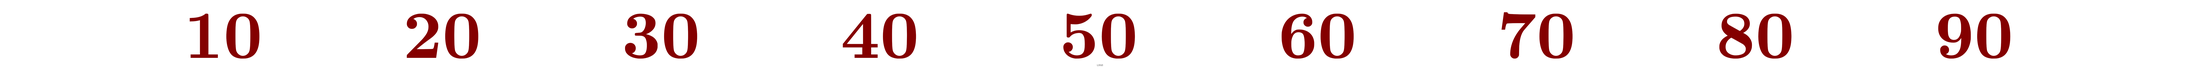
<source format=kicad_sym>
(kicad_symbol_lib
  (version 20220914)
  (generator "bitmap2component")
  (generator_version "9.0")
  (symbol "LOGO"
    (pin_names
      (offset 1.016))
    (property "Reference" "#G"
      (at 0 18.68 0)
      (effects (font (size 1.27 1.27)) hide))
    (symbol "LOGO_0_0"
      (polyline (pts (xy -443.665 -10.864) (xy -443.332 -10.859) (xy -442.989 -10.85) (xy -442.649 -10.839) (xy -442.331 -10.825) (xy -442.049 -10.809) (xy -441.82 -10.792) (xy -441.659 -10.773) (xy -441.584 -10.761) (xy -440.767 -10.592) (xy -440.005 -10.358) (xy -439.298 -10.061) (xy -438.646 -9.699) (xy -438.049 -9.273) (xy -437.506 -8.782) (xy -437.017 -8.226) (xy -436.636 -7.688) (xy -436.256 -7.029) (xy -435.921 -6.304) (xy -435.631 -5.516) (xy -435.387 -4.67) (xy -435.192 -3.77) (xy -435.047 -2.82) (xy -434.986 -2.28) (xy -434.907 -1.335) (xy -434.858 -0.373) (xy -434.839 0.596) (xy -434.849 1.561) (xy -434.888 2.515) (xy -434.954 3.446) (xy -435.048 4.344) (xy -435.169 5.201) (xy -435.316 6.006) (xy -435.489 6.749) (xy -435.686 7.421) (xy -435.887 7.967) (xy -436.239 8.721) (xy -436.66 9.428) (xy -437.148 10.085) (xy -437.703 10.69) (xy -437.785 10.77) (xy -438.271 11.19) (xy -438.784 11.545) (xy -439.348 11.853) (xy -439.705 12.016) (xy -440.162 12.194) (xy -440.631 12.339) (xy -441.136 12.459) (xy -441.701 12.56) (xy -441.848 12.579) (xy -442.148 12.605) (xy -442.505 12.624) (xy -442.9 12.636) (xy -443.316 12.641) (xy -443.735 12.639) (xy -444.14 12.629) (xy -444.513 12.613) (xy -444.837 12.589) (xy -445.094 12.558) (xy -445.692 12.445) (xy -446.438 12.248) (xy -447.125 11.994) (xy -447.759 11.68) (xy -448.345 11.303) (xy -448.888 10.861) (xy -449.394 10.35) (xy -449.868 9.766) (xy -449.997 9.586) (xy -450.333 9.063) (xy -450.634 8.503) (xy -450.9 7.903) (xy -451.134 7.256) (xy -451.336 6.557) (xy -451.508 5.803) (xy -451.652 4.987) (xy -451.769 4.104) (xy -451.859 3.151) (xy -451.925 2.12) (xy -451.941 1.756) (xy -451.95 1.23) (xy -447.256 1.23) (xy -447.254 2.19) (xy -447.247 3.112) (xy -447.236 3.955) (xy -447.219 4.724) (xy -447.198 5.422) (xy -447.171 6.051) (xy -447.138 6.615) (xy -447.1 7.119) (xy -447.056 7.564) (xy -447.007 7.955) (xy -446.951 8.294) (xy -446.888 8.585) (xy -446.85 8.729) (xy -446.665 9.214) (xy -446.407 9.664) (xy -446.082 10.072) (xy -445.696 10.43) (xy -445.255 10.734) (xy -444.765 10.975) (xy -444.589 11.042) (xy -444.197 11.153) (xy -443.788 11.214) (xy -443.334 11.23) (xy -443.154 11.226) (xy -442.78 11.193) (xy -442.438 11.122) (xy -442.095 11.005) (xy -441.723 10.836) (xy -441.613 10.78) (xy -441.161 10.493) (xy -440.772 10.151) (xy -440.442 9.75) (xy -440.17 9.287) (xy -440.163 9.273) (xy -440.056 9.036) (xy -439.968 8.795) (xy -439.896 8.533) (xy -439.834 8.234) (xy -439.781 7.883) (xy -439.731 7.463) (xy -439.729 7.441) (xy -439.683 6.947) (xy -439.643 6.377) (xy -439.608 5.737) (xy -439.579 5.037) (xy -439.555 4.283) (xy -439.536 3.483) (xy -439.524 2.646) (xy -439.518 1.779) (xy -439.518 0.89) (xy -439.525 -0.014) (xy -439.538 -0.924) (xy -439.547 -1.396) (xy -439.567 -2.228) (xy -439.589 -2.982) (xy -439.615 -3.664) (xy -439.646 -4.279) (xy -439.682 -4.831) (xy -439.726 -5.325) (xy -439.776 -5.767) (xy -439.836 -6.161) (xy -439.904 -6.513) (xy -439.983 -6.826) (xy -440.073 -7.107) (xy -440.175 -7.359) (xy -440.289 -7.589) (xy -440.418 -7.8) (xy -440.561 -7.998) (xy -440.72 -8.188) (xy -440.896 -8.374) (xy -441.028 -8.504) (xy -441.438 -8.841) (xy -441.868 -9.102) (xy -442.329 -9.291) (xy -442.831 -9.414) (xy -443.038 -9.443) (xy -443.557 -9.46) (xy -444.066 -9.395) (xy -444.558 -9.251) (xy -445.029 -9.03) (xy -445.473 -8.736) (xy -445.885 -8.369) (xy -446.258 -7.932) (xy -446.275 -7.91) (xy -446.409 -7.704) (xy -446.546 -7.457) (xy -446.675 -7.195) (xy -446.78 -6.946) (xy -446.848 -6.738) (xy -446.849 -6.734) (xy -446.917 -6.428) (xy -446.978 -6.066) (xy -447.032 -5.644) (xy -447.081 -5.161) (xy -447.123 -4.614) (xy -447.159 -3.999) (xy -447.189 -3.316) (xy -447.214 -2.561) (xy -447.232 -1.731) (xy -447.245 -0.825) (xy -447.253 0.162) (xy -447.256 1.23) (xy -451.95 1.23) (xy -451.96 0.68) (xy -451.937 -0.37) (xy -451.873 -1.389) (xy -451.769 -2.374) (xy -451.625 -3.319) (xy -451.444 -4.221) (xy -451.226 -5.074) (xy -450.973 -5.874) (xy -450.685 -6.617) (xy -450.363 -7.299) (xy -450.009 -7.914) (xy -449.624 -8.458) (xy -449.208 -8.927) (xy -449.077 -9.055) (xy -448.589 -9.465) (xy -448.053 -9.822) (xy -447.466 -10.125) (xy -446.824 -10.378) (xy -446.122 -10.582) (xy -445.356 -10.739) (xy -444.521 -10.85) (xy -444.435 -10.857) (xy -444.232 -10.863) (xy -443.97 -10.866) (xy -443.665 -10.864)) (stroke (width 0.01) (type default)) (fill (type outline)))
      (polyline (pts (xy -330.277 -10.864) (xy -329.944 -10.859) (xy -329.6 -10.85) (xy -329.261 -10.839) (xy -328.943 -10.825) (xy -328.661 -10.809) (xy -328.432 -10.792) (xy -328.271 -10.773) (xy -328.196 -10.761) (xy -327.378 -10.592) (xy -326.616 -10.358) (xy -325.909 -10.061) (xy -325.257 -9.699) (xy -324.66 -9.273) (xy -324.118 -8.782) (xy -323.629 -8.226) (xy -323.247 -7.688) (xy -322.868 -7.029) (xy -322.533 -6.304) (xy -322.243 -5.516) (xy -321.999 -4.67) (xy -321.804 -3.77) (xy -321.658 -2.82) (xy -321.598 -2.28) (xy -321.518 -1.335) (xy -321.469 -0.373) (xy -321.45 0.596) (xy -321.461 1.561) (xy -321.499 2.515) (xy -321.566 3.446) (xy -321.66 4.344) (xy -321.781 5.201) (xy -321.928 6.006) (xy -322.1 6.749) (xy -322.298 7.421) (xy -322.499 7.967) (xy -322.851 8.721) (xy -323.272 9.428) (xy -323.76 10.085) (xy -324.314 10.69) (xy -324.397 10.77) (xy -324.882 11.19) (xy -325.395 11.545) (xy -325.96 11.853) (xy -326.317 12.016) (xy -326.774 12.194) (xy -327.243 12.339) (xy -327.748 12.459) (xy -328.313 12.56) (xy -328.459 12.579) (xy -328.76 12.605) (xy -329.116 12.624) (xy -329.512 12.636) (xy -329.928 12.641) (xy -330.347 12.639) (xy -330.752 12.629) (xy -331.125 12.613) (xy -331.449 12.589) (xy -331.705 12.558) (xy -332.304 12.445) (xy -333.049 12.248) (xy -333.736 11.994) (xy -334.37 11.68) (xy -334.956 11.303) (xy -335.5 10.861) (xy -336.006 10.35) (xy -336.479 9.766) (xy -336.609 9.586) (xy -336.945 9.063) (xy -337.245 8.503) (xy -337.512 7.903) (xy -337.745 7.256) (xy -337.948 6.557) (xy -338.12 5.803) (xy -338.264 4.987) (xy -338.38 4.104) (xy -338.471 3.151) (xy -338.537 2.12) (xy -338.553 1.756) (xy -338.562 1.23) (xy -333.868 1.23) (xy -333.866 2.19) (xy -333.859 3.112) (xy -333.848 3.955) (xy -333.831 4.724) (xy -333.809 5.422) (xy -333.783 6.051) (xy -333.75 6.615) (xy -333.712 7.119) (xy -333.668 7.564) (xy -333.618 7.955) (xy -333.562 8.294) (xy -333.5 8.585) (xy -333.461 8.729) (xy -333.276 9.214) (xy -333.018 9.664) (xy -332.693 10.072) (xy -332.307 10.43) (xy -331.866 10.734) (xy -331.376 10.975) (xy -331.2 11.042) (xy -330.808 11.153) (xy -330.4 11.214) (xy -329.946 11.23) (xy -329.765 11.226) (xy -329.392 11.193) (xy -329.049 11.122) (xy -328.707 11.005) (xy -328.334 10.836) (xy -328.225 10.78) (xy -327.772 10.493) (xy -327.383 10.151) (xy -327.054 9.75) (xy -326.781 9.287) (xy -326.774 9.273) (xy -326.668 9.036) (xy -326.58 8.795) (xy -326.507 8.533) (xy -326.446 8.234) (xy -326.393 7.883) (xy -326.343 7.463) (xy -326.341 7.441) (xy -326.295 6.947) (xy -326.255 6.377) (xy -326.22 5.737) (xy -326.19 5.037) (xy -326.166 4.283) (xy -326.148 3.483) (xy -326.136 2.646) (xy -326.13 1.779) (xy -326.13 0.89) (xy -326.137 -0.014) (xy -326.15 -0.924) (xy -326.159 -1.396) (xy -326.178 -2.228) (xy -326.2 -2.982) (xy -326.226 -3.664) (xy -326.257 -4.279) (xy -326.294 -4.831) (xy -326.337 -5.325) (xy -326.388 -5.767) (xy -326.447 -6.161) (xy -326.516 -6.513) (xy -326.594 -6.826) (xy -326.684 -7.107) (xy -326.786 -7.359) (xy -326.901 -7.589) (xy -327.03 -7.8) (xy -327.173 -7.998) (xy -327.332 -8.188) (xy -327.507 -8.374) (xy -327.64 -8.504) (xy -328.05 -8.841) (xy -328.48 -9.102) (xy -328.941 -9.291) (xy -329.443 -9.414) (xy -329.65 -9.443) (xy -330.169 -9.46) (xy -330.677 -9.395) (xy -331.17 -9.251) (xy -331.641 -9.03) (xy -332.085 -8.736) (xy -332.497 -8.369) (xy -332.87 -7.932) (xy -332.887 -7.91) (xy -333.02 -7.704) (xy -333.158 -7.457) (xy -333.286 -7.195) (xy -333.391 -6.946) (xy -333.46 -6.738) (xy -333.461 -6.734) (xy -333.529 -6.428) (xy -333.589 -6.066) (xy -333.644 -5.644) (xy -333.692 -5.161) (xy -333.735 -4.614) (xy -333.771 -3.999) (xy -333.801 -3.316) (xy -333.825 -2.561) (xy -333.844 -1.731) (xy -333.857 -0.825) (xy -333.865 0.162) (xy -333.868 1.23) (xy -338.562 1.23) (xy -338.572 0.68) (xy -338.549 -0.37) (xy -338.485 -1.389) (xy -338.38 -2.374) (xy -338.237 -3.319) (xy -338.056 -4.221) (xy -337.838 -5.074) (xy -337.584 -5.874) (xy -337.296 -6.617) (xy -336.974 -7.299) (xy -336.621 -7.914) (xy -336.235 -8.458) (xy -335.82 -8.927) (xy -335.689 -9.055) (xy -335.2 -9.465) (xy -334.665 -9.822) (xy -334.078 -10.125) (xy -333.436 -10.378) (xy -332.734 -10.582) (xy -331.967 -10.739) (xy -331.133 -10.85) (xy -331.047 -10.857) (xy -330.844 -10.863) (xy -330.582 -10.866) (xy -330.277 -10.864)) (stroke (width 0.01) (type default)) (fill (type outline)))
      (polyline (pts (xy -237.258 -10.866) (xy -236.91 -10.859) (xy -236.581 -10.847) (xy -236.292 -10.832) (xy -236.063 -10.813) (xy -235.892 -10.794) (xy -234.926 -10.643) (xy -234.009 -10.426) (xy -233.137 -10.14) (xy -232.307 -9.785) (xy -231.515 -9.359) (xy -231.257 -9.199) (xy -230.667 -8.779) (xy -230.154 -8.325) (xy -229.714 -7.834) (xy -229.345 -7.303) (xy -229.044 -6.727) (xy -228.808 -6.102) (xy -228.635 -5.426) (xy -228.634 -5.42) (xy -228.607 -5.269) (xy -228.587 -5.109) (xy -228.573 -4.924) (xy -228.565 -4.699) (xy -228.56 -4.42) (xy -228.56 -4.071) (xy -228.561 -3.805) (xy -228.563 -3.547) (xy -228.568 -3.346) (xy -228.577 -3.187) (xy -228.592 -3.055) (xy -228.612 -2.936) (xy -228.641 -2.813) (xy -228.679 -2.673) (xy -228.847 -2.171) (xy -229.121 -1.588) (xy -229.466 -1.034) (xy -229.877 -0.52) (xy -230.346 -0.057) (xy -230.721 0.247) (xy -231.34 0.665) (xy -232.026 1.037) (xy -232.775 1.363) (xy -233.585 1.639) (xy -234.452 1.865) (xy -234.504 1.881) (xy -234.515 1.899) (xy -234.474 1.928) (xy -234.372 1.973) (xy -234.2 2.04) (xy -233.848 2.185) (xy -233.095 2.554) (xy -232.398 2.984) (xy -231.754 3.479) (xy -231.159 4.041) (xy -230.908 4.316) (xy -230.499 4.851) (xy -230.17 5.405) (xy -229.923 5.984) (xy -229.754 6.588) (xy -229.664 7.222) (xy -229.651 7.887) (xy -229.662 8.082) (xy -229.721 8.581) (xy -229.828 9.029) (xy -229.989 9.441) (xy -230.208 9.835) (xy -230.297 9.962) (xy -230.483 10.189) (xy -230.709 10.433) (xy -230.958 10.676) (xy -231.21 10.899) (xy -231.447 11.083) (xy -231.832 11.332) (xy -232.407 11.634) (xy -233.047 11.899) (xy -233.742 12.125) (xy -234.483 12.31) (xy -235.264 12.453) (xy -236.075 12.55) (xy -236.909 12.601) (xy -237.757 12.604) (xy -238.039 12.593) (xy -238.787 12.529) (xy -239.486 12.411) (xy -240.152 12.237) (xy -240.801 12.001) (xy -241.449 11.701) (xy -241.53 11.659) (xy -242.138 11.304) (xy -242.667 10.918) (xy -243.119 10.501) (xy -243.495 10.05) (xy -243.796 9.564) (xy -244.024 9.041) (xy -244.179 8.48) (xy -244.263 7.878) (xy -244.28 7.438) (xy -244.251 7.012) (xy -244.169 6.635) (xy -244.03 6.295) (xy -243.831 5.98) (xy -243.568 5.679) (xy -243.412 5.535) (xy -243.055 5.277) (xy -242.67 5.091) (xy -242.269 4.981) (xy -242.103 4.96) (xy -241.785 4.947) (xy -241.456 4.962) (xy -241.146 5.003) (xy -240.888 5.068) (xy -240.875 5.072) (xy -240.475 5.257) (xy -240.113 5.513) (xy -239.798 5.83) (xy -239.537 6.202) (xy -239.339 6.618) (xy -239.337 6.625) (xy -239.298 6.745) (xy -239.271 6.865) (xy -239.255 7.007) (xy -239.247 7.193) (xy -239.245 7.442) (xy -239.245 7.554) (xy -239.249 7.769) (xy -239.258 7.93) (xy -239.278 8.06) (xy -239.309 8.181) (xy -239.354 8.316) (xy -239.367 8.349) (xy -239.565 8.76) (xy -239.826 9.126) (xy -240.143 9.437) (xy -240.507 9.685) (xy -240.908 9.863) (xy -241.19 9.956) (xy -241.054 10.07) (xy -240.92 10.173) (xy -240.569 10.39) (xy -240.156 10.586) (xy -239.695 10.758) (xy -239.2 10.901) (xy -238.688 11.011) (xy -238.172 11.085) (xy -237.667 11.119) (xy -237.187 11.109) (xy -236.71 11.049) (xy -236.272 10.937) (xy -235.893 10.769) (xy -235.569 10.545) (xy -235.297 10.26) (xy -235.076 9.911) (xy -234.901 9.496) (xy -234.771 9.011) (xy -234.682 8.454) (xy -234.649 7.994) (xy -234.66 7.396) (xy -234.723 6.782) (xy -234.835 6.165) (xy -234.993 5.564) (xy -235.192 4.994) (xy -235.43 4.47) (xy -235.701 4.009) (xy -235.756 3.931) (xy -235.974 3.656) (xy -236.214 3.399) (xy -236.457 3.181) (xy -236.684 3.02) (xy -236.773 2.969) (xy -236.992 2.862) (xy -237.219 2.781) (xy -237.473 2.722) (xy -237.773 2.679) (xy -238.138 2.648) (xy -238.364 2.633) (xy -238.836 2.6) (xy -239.226 2.571) (xy -239.536 2.544) (xy -239.768 2.521) (xy -239.923 2.5) (xy -240.005 2.482) (xy -240.022 2.474) (xy -240.116 2.407) (xy -240.212 2.311) (xy -240.23 2.29) (xy -240.28 2.215) (xy -240.309 2.132) (xy -240.322 2.015) (xy -240.325 1.839) (xy -240.313 1.596) (xy -240.271 1.41) (xy -240.195 1.28) (xy -240.08 1.192) (xy -240.042 1.178) (xy -239.965 1.164) (xy -239.85 1.152) (xy -239.688 1.141) (xy -239.47 1.133) (xy -239.191 1.125) (xy -238.843 1.119) (xy -238.417 1.113) (xy -238.254 1.11) (xy -237.872 1.105) (xy -237.561 1.099) (xy -237.311 1.092) (xy -237.111 1.084) (xy -236.951 1.074) (xy -236.821 1.061) (xy -236.71 1.045) (xy -236.61 1.025) (xy -236.508 1) (xy -236.313 0.944) (xy -235.876 0.768) (xy -235.493 0.539) (xy -235.171 0.26) (xy -234.917 -0.064) (xy -234.869 -0.144) (xy -234.715 -0.454) (xy -234.569 -0.828) (xy -234.435 -1.249) (xy -234.318 -1.7) (xy -234.223 -2.166) (xy -234.155 -2.629) (xy -234.116 -3.06) (xy -234.091 -3.626) (xy -234.09 -4.218) (xy -234.112 -4.814) (xy -234.156 -5.392) (xy -234.221 -5.931) (xy -234.307 -6.409) (xy -234.361 -6.643) (xy -234.52 -7.186) (xy -234.711 -7.655) (xy -234.937 -8.054) (xy -235.201 -8.386) (xy -235.507 -8.657) (xy -235.857 -8.87) (xy -236.254 -9.029) (xy -236.304 -9.044) (xy -236.724 -9.139) (xy -237.203 -9.194) (xy -237.725 -9.211) (xy -238.276 -9.19) (xy -238.841 -9.134) (xy -239.405 -9.041) (xy -239.954 -8.915) (xy -240.473 -8.754) (xy -240.584 -8.713) (xy -240.798 -8.625) (xy -241.03 -8.522) (xy -241.26 -8.414) (xy -241.468 -8.309) (xy -241.637 -8.217) (xy -241.745 -8.146) (xy -241.793 -8.108) (xy -241.804 -8.084) (xy -241.748 -8.079) (xy -241.72 -8.076) (xy -241.599 -8.038) (xy -241.436 -7.966) (xy -241.25 -7.869) (xy -241.061 -7.76) (xy -240.891 -7.649) (xy -240.758 -7.546) (xy -240.652 -7.446) (xy -240.357 -7.096) (xy -240.129 -6.698) (xy -239.97 -6.258) (xy -239.882 -5.785) (xy -239.869 -5.283) (xy -239.899 -4.975) (xy -240.009 -4.512) (xy -240.19 -4.087) (xy -240.434 -3.706) (xy -240.738 -3.374) (xy -241.095 -3.098) (xy -241.498 -2.884) (xy -241.943 -2.737) (xy -242.424 -2.663) (xy -242.54 -2.658) (xy -243.027 -2.681) (xy -243.492 -2.782) (xy -243.927 -2.957) (xy -244.323 -3.201) (xy -244.674 -3.511) (xy -244.971 -3.884) (xy -245.108 -4.106) (xy -245.238 -4.376) (xy -245.326 -4.654) (xy -245.379 -4.966) (xy -245.405 -5.337) (xy -245.406 -5.375) (xy -245.392 -5.964) (xy -245.311 -6.511) (xy -245.163 -7.027) (xy -244.943 -7.527) (xy -244.784 -7.802) (xy -244.461 -8.243) (xy -244.067 -8.665) (xy -243.61 -9.062) (xy -243.098 -9.428) (xy -242.539 -9.757) (xy -241.942 -10.043) (xy -241.315 -10.279) (xy -241.081 -10.352) (xy -240.465 -10.518) (xy -239.811 -10.66) (xy -239.153 -10.772) (xy -238.523 -10.847) (xy -238.463 -10.852) (xy -238.23 -10.863) (xy -237.938 -10.869) (xy -237.608 -10.87) (xy -237.258 -10.866)) (stroke (width 0.01) (type default)) (fill (type outline)))
      (polyline (pts (xy -216.888 -10.864) (xy -216.556 -10.859) (xy -216.212 -10.85) (xy -215.873 -10.839) (xy -215.554 -10.825) (xy -215.272 -10.809) (xy -215.043 -10.792) (xy -214.882 -10.773) (xy -214.808 -10.761) (xy -213.99 -10.592) (xy -213.228 -10.358) (xy -212.521 -10.061) (xy -211.869 -9.699) (xy -211.272 -9.273) (xy -210.729 -8.782) (xy -210.241 -8.226) (xy -209.859 -7.688) (xy -209.48 -7.029) (xy -209.144 -6.304) (xy -208.854 -5.516) (xy -208.611 -4.67) (xy -208.416 -3.77) (xy -208.27 -2.82) (xy -208.209 -2.28) (xy -208.13 -1.335) (xy -208.081 -0.373) (xy -208.062 0.596) (xy -208.072 1.561) (xy -208.111 2.515) (xy -208.178 3.446) (xy -208.272 4.344) (xy -208.393 5.201) (xy -208.54 6.006) (xy -208.712 6.749) (xy -208.909 7.421) (xy -209.111 7.967) (xy -209.462 8.721) (xy -209.883 9.428) (xy -210.372 10.085) (xy -210.926 10.69) (xy -211.008 10.77) (xy -211.494 11.19) (xy -212.007 11.545) (xy -212.571 11.853) (xy -212.929 12.016) (xy -213.385 12.194) (xy -213.854 12.339) (xy -214.359 12.459) (xy -214.925 12.56) (xy -215.071 12.579) (xy -215.371 12.605) (xy -215.728 12.624) (xy -216.123 12.636) (xy -216.539 12.641) (xy -216.958 12.639) (xy -217.363 12.629) (xy -217.737 12.613) (xy -218.06 12.589) (xy -218.317 12.558) (xy -218.916 12.445) (xy -219.661 12.248) (xy -220.348 11.994) (xy -220.982 11.68) (xy -221.568 11.303) (xy -222.112 10.861) (xy -222.617 10.35) (xy -223.091 9.766) (xy -223.22 9.586) (xy -223.556 9.063) (xy -223.857 8.503) (xy -224.123 7.903) (xy -224.357 7.256) (xy -224.56 6.557) (xy -224.732 5.803) (xy -224.875 4.987) (xy -224.992 4.104) (xy -225.082 3.151) (xy -225.148 2.12) (xy -225.164 1.756) (xy -225.174 1.23) (xy -220.479 1.23) (xy -220.477 2.19) (xy -220.471 3.112) (xy -220.459 3.955) (xy -220.443 4.724) (xy -220.421 5.422) (xy -220.394 6.051) (xy -220.362 6.615) (xy -220.324 7.119) (xy -220.28 7.564) (xy -220.23 7.955) (xy -220.174 8.294) (xy -220.112 8.585) (xy -220.073 8.729) (xy -219.888 9.214) (xy -219.63 9.664) (xy -219.305 10.072) (xy -218.919 10.43) (xy -218.478 10.734) (xy -217.988 10.975) (xy -217.812 11.042) (xy -217.42 11.153) (xy -217.012 11.214) (xy -216.557 11.23) (xy -216.377 11.226) (xy -216.004 11.193) (xy -215.661 11.122) (xy -215.318 11.005) (xy -214.946 10.836) (xy -214.837 10.78) (xy -214.384 10.493) (xy -213.995 10.151) (xy -213.666 9.75) (xy -213.393 9.287) (xy -213.386 9.273) (xy -213.279 9.036) (xy -213.191 8.795) (xy -213.119 8.533) (xy -213.058 8.234) (xy -213.004 7.883) (xy -212.954 7.463) (xy -212.952 7.441) (xy -212.907 6.947) (xy -212.867 6.377) (xy -212.832 5.737) (xy -212.802 5.037) (xy -212.778 4.283) (xy -212.76 3.483) (xy -212.747 2.646) (xy -212.741 1.779) (xy -212.742 0.89) (xy -212.748 -0.014) (xy -212.762 -0.924) (xy -212.771 -1.396) (xy -212.79 -2.228) (xy -212.812 -2.982) (xy -212.838 -3.664) (xy -212.869 -4.279) (xy -212.906 -4.831) (xy -212.949 -5.325) (xy -213 -5.767) (xy -213.059 -6.161) (xy -213.127 -6.513) (xy -213.206 -6.826) (xy -213.296 -7.107) (xy -213.398 -7.359) (xy -213.513 -7.589) (xy -213.641 -7.8) (xy -213.785 -7.998) (xy -213.944 -8.188) (xy -214.119 -8.374) (xy -214.252 -8.504) (xy -214.661 -8.841) (xy -215.092 -9.102) (xy -215.553 -9.291) (xy -216.055 -9.414) (xy -216.261 -9.443) (xy -216.78 -9.46) (xy -217.289 -9.395) (xy -217.782 -9.251) (xy -218.253 -9.03) (xy -218.697 -8.736) (xy -219.108 -8.369) (xy -219.482 -7.932) (xy -219.498 -7.91) (xy -219.632 -7.704) (xy -219.77 -7.457) (xy -219.898 -7.195) (xy -220.003 -6.946) (xy -220.071 -6.738) (xy -220.073 -6.734) (xy -220.14 -6.428) (xy -220.201 -6.066) (xy -220.256 -5.644) (xy -220.304 -5.161) (xy -220.346 -4.614) (xy -220.382 -3.999) (xy -220.412 -3.316) (xy -220.437 -2.561) (xy -220.456 -1.731) (xy -220.469 -0.825) (xy -220.477 0.162) (xy -220.479 1.23) (xy -225.174 1.23) (xy -225.184 0.68) (xy -225.16 -0.37) (xy -225.096 -1.389) (xy -224.992 -2.374) (xy -224.849 -3.319) (xy -224.667 -4.221) (xy -224.45 -5.074) (xy -224.196 -5.874) (xy -223.908 -6.617) (xy -223.586 -7.299) (xy -223.232 -7.914) (xy -222.847 -8.458) (xy -222.432 -8.927) (xy -222.3 -9.055) (xy -221.812 -9.465) (xy -221.276 -9.822) (xy -220.69 -10.125) (xy -220.048 -10.378) (xy -219.345 -10.582) (xy -218.579 -10.739) (xy -217.745 -10.85) (xy -217.659 -10.857) (xy -217.456 -10.863) (xy -217.194 -10.866) (xy -216.888 -10.864)) (stroke (width 0.01) (type default)) (fill (type outline)))
      (polyline (pts (xy -103.5 -10.864) (xy -103.167 -10.859) (xy -102.824 -10.85) (xy -102.484 -10.839) (xy -102.166 -10.825) (xy -101.884 -10.809) (xy -101.655 -10.792) (xy -101.494 -10.773) (xy -101.42 -10.761) (xy -100.602 -10.592) (xy -99.84 -10.358) (xy -99.133 -10.061) (xy -98.481 -9.699) (xy -97.884 -9.273) (xy -97.341 -8.782) (xy -96.852 -8.226) (xy -96.471 -7.688) (xy -96.091 -7.029) (xy -95.756 -6.304) (xy -95.466 -5.516) (xy -95.222 -4.67) (xy -95.027 -3.77) (xy -94.882 -2.82) (xy -94.821 -2.28) (xy -94.742 -1.335) (xy -94.693 -0.373) (xy -94.674 0.596) (xy -94.684 1.561) (xy -94.723 2.515) (xy -94.789 3.446) (xy -94.883 4.344) (xy -95.004 5.201) (xy -95.151 6.006) (xy -95.324 6.749) (xy -95.521 7.421) (xy -95.722 7.967) (xy -96.074 8.721) (xy -96.495 9.428) (xy -96.983 10.085) (xy -97.538 10.69) (xy -97.62 10.77) (xy -98.106 11.19) (xy -98.619 11.545) (xy -99.183 11.853) (xy -99.54 12.016) (xy -99.997 12.194) (xy -100.466 12.339) (xy -100.971 12.459) (xy -101.537 12.56) (xy -101.683 12.579) (xy -101.983 12.605) (xy -102.34 12.624) (xy -102.735 12.636) (xy -103.151 12.641) (xy -103.57 12.639) (xy -103.975 12.629) (xy -104.348 12.613) (xy -104.672 12.589) (xy -104.929 12.558) (xy -105.527 12.445) (xy -106.273 12.248) (xy -106.96 11.994) (xy -107.594 11.68) (xy -108.18 11.303) (xy -108.723 10.861) (xy -109.229 10.35) (xy -109.703 9.766) (xy -109.832 9.586) (xy -110.168 9.063) (xy -110.469 8.503) (xy -110.735 7.903) (xy -110.969 7.256) (xy -111.171 6.557) (xy -111.344 5.803) (xy -111.487 4.987) (xy -111.604 4.104) (xy -111.694 3.151) (xy -111.76 2.12) (xy -111.776 1.756) (xy -111.785 1.23) (xy -107.091 1.23) (xy -107.089 2.19) (xy -107.082 3.112) (xy -107.071 3.955) (xy -107.054 4.724) (xy -107.033 5.422) (xy -107.006 6.051) (xy -106.973 6.615) (xy -106.935 7.119) (xy -106.891 7.564) (xy -106.842 7.955) (xy -106.786 8.294) (xy -106.723 8.585) (xy -106.685 8.729) (xy -106.5 9.214) (xy -106.242 9.664) (xy -105.917 10.072) (xy -105.531 10.43) (xy -105.09 10.734) (xy -104.6 10.975) (xy -104.424 11.042) (xy -104.032 11.153) (xy -103.623 11.214) (xy -103.169 11.23) (xy -102.989 11.226) (xy -102.615 11.193) (xy -102.273 11.122) (xy -101.93 11.005) (xy -101.558 10.836) (xy -101.448 10.78) (xy -100.996 10.493) (xy -100.607 10.151) (xy -100.277 9.75) (xy -100.005 9.287) (xy -99.998 9.273) (xy -99.891 9.036) (xy -99.803 8.795) (xy -99.731 8.533) (xy -99.669 8.234) (xy -99.616 7.883) (xy -99.566 7.463) (xy -99.564 7.441) (xy -99.519 6.947) (xy -99.478 6.377) (xy -99.443 5.737) (xy -99.414 5.037) (xy -99.389 4.283) (xy -99.371 3.483) (xy -99.359 2.646) (xy -99.353 1.779) (xy -99.353 0.89) (xy -99.36 -0.014) (xy -99.373 -0.924) (xy -99.382 -1.396) (xy -99.401 -2.228) (xy -99.424 -2.982) (xy -99.45 -3.664) (xy -99.481 -4.279) (xy -99.517 -4.831) (xy -99.561 -5.325) (xy -99.611 -5.767) (xy -99.671 -6.161) (xy -99.739 -6.513) (xy -99.818 -6.826) (xy -99.908 -7.107) (xy -100.01 -7.359) (xy -100.124 -7.589) (xy -100.253 -7.8) (xy -100.396 -7.998) (xy -100.555 -8.188) (xy -100.731 -8.374) (xy -100.864 -8.504) (xy -101.273 -8.841) (xy -101.703 -9.102) (xy -102.164 -9.291) (xy -102.666 -9.414) (xy -102.873 -9.443) (xy -103.392 -9.46) (xy -103.901 -9.395) (xy -104.393 -9.251) (xy -104.864 -9.03) (xy -105.308 -8.736) (xy -105.72 -8.369) (xy -106.094 -7.932) (xy -106.11 -7.91) (xy -106.244 -7.704) (xy -106.381 -7.457) (xy -106.51 -7.195) (xy -106.615 -6.946) (xy -106.683 -6.738) (xy -106.684 -6.734) (xy -106.752 -6.428) (xy -106.813 -6.066) (xy -106.868 -5.644) (xy -106.916 -5.161) (xy -106.958 -4.614) (xy -106.994 -3.999) (xy -107.024 -3.316) (xy -107.049 -2.561) (xy -107.067 -1.731) (xy -107.081 -0.825) (xy -107.088 0.162) (xy -107.091 1.23) (xy -111.785 1.23) (xy -111.795 0.68) (xy -111.772 -0.37) (xy -111.708 -1.389) (xy -111.604 -2.374) (xy -111.46 -3.319) (xy -111.279 -4.221) (xy -111.061 -5.074) (xy -110.808 -5.874) (xy -110.519 -6.617) (xy -110.198 -7.299) (xy -109.844 -7.914) (xy -109.459 -8.458) (xy -109.043 -8.927) (xy -108.912 -9.055) (xy -108.424 -9.465) (xy -107.888 -9.822) (xy -107.302 -10.125) (xy -106.659 -10.378) (xy -105.957 -10.582) (xy -105.191 -10.739) (xy -104.356 -10.85) (xy -104.27 -10.857) (xy -104.067 -10.863) (xy -103.805 -10.866) (xy -103.5 -10.864)) (stroke (width 0.01) (type default)) (fill (type outline)))
      (polyline (pts (xy -11.316 -10.859) (xy -11.025 -10.856) (xy -10.977 -10.855) (xy -10.206 -10.824) (xy -9.489 -10.756) (xy -8.804 -10.649) (xy -8.128 -10.498) (xy -7.439 -10.3) (xy -7.205 -10.222) (xy -6.424 -9.917) (xy -5.699 -9.557) (xy -5.032 -9.145) (xy -4.426 -8.684) (xy -3.883 -8.175) (xy -3.406 -7.623) (xy -2.998 -7.029) (xy -2.661 -6.396) (xy -2.397 -5.726) (xy -2.21 -5.023) (xy -2.205 -5) (xy -2.106 -4.348) (xy -2.059 -3.656) (xy -2.065 -2.949) (xy -2.123 -2.252) (xy -2.234 -1.59) (xy -2.257 -1.483) (xy -2.467 -0.755) (xy -2.75 -0.068) (xy -3.103 0.575) (xy -3.525 1.171) (xy -4.011 1.718) (xy -4.559 2.211) (xy -5.167 2.649) (xy -5.832 3.027) (xy -6.551 3.342) (xy -7.121 3.54) (xy -7.83 3.73) (xy -8.556 3.862) (xy -9.317 3.94) (xy -10.13 3.965) (xy -10.676 3.951) (xy -11.485 3.876) (xy -12.251 3.738) (xy -12.97 3.537) (xy -13.637 3.274) (xy -14.248 2.95) (xy -14.282 2.929) (xy -14.412 2.852) (xy -14.507 2.798) (xy -14.549 2.777) (xy -14.55 2.785) (xy -14.553 2.859) (xy -14.556 3.007) (xy -14.559 3.221) (xy -14.561 3.493) (xy -14.563 3.815) (xy -14.565 4.179) (xy -14.566 4.578) (xy -14.566 5.004) (xy -14.566 5.277) (xy -14.565 5.747) (xy -14.563 6.14) (xy -14.56 6.463) (xy -14.556 6.721) (xy -14.551 6.919) (xy -14.544 7.063) (xy -14.535 7.16) (xy -14.525 7.213) (xy -14.513 7.23) (xy -14.467 7.226) (xy -14.351 7.212) (xy -14.187 7.19) (xy -13.993 7.164) (xy -13.928 7.155) (xy -13.635 7.126) (xy -13.288 7.102) (xy -12.906 7.084) (xy -12.509 7.072) (xy -12.118 7.068) (xy -11.751 7.07) (xy -11.429 7.081) (xy -11.171 7.099) (xy -10.841 7.139) (xy -9.935 7.303) (xy -9.052 7.543) (xy -8.197 7.855) (xy -7.376 8.236) (xy -6.595 8.684) (xy -5.859 9.195) (xy -5.174 9.767) (xy -4.546 10.395) (xy -3.981 11.076) (xy -3.831 11.285) (xy -3.728 11.459) (xy -3.665 11.616) (xy -3.634 11.779) (xy -3.626 11.972) (xy -3.636 12.149) (xy -3.694 12.358) (xy -3.805 12.509) (xy -3.974 12.608) (xy -3.992 12.615) (xy -4.048 12.632) (xy -4.108 12.637) (xy -4.184 12.63) (xy -4.288 12.606) (xy -4.435 12.563) (xy -4.637 12.499) (xy -4.906 12.41) (xy -5.005 12.377) (xy -5.892 12.108) (xy -6.739 11.895) (xy -7.568 11.735) (xy -8.398 11.624) (xy -9.246 11.56) (xy -10.135 11.54) (xy -10.284 11.54) (xy -11.332 11.579) (xy -12.337 11.681) (xy -13.318 11.848) (xy -14.288 12.082) (xy -15.265 12.388) (xy -15.43 12.444) (xy -15.65 12.519) (xy -15.838 12.58) (xy -15.979 12.624) (xy -16.055 12.645) (xy -16.103 12.649) (xy -16.255 12.615) (xy -16.402 12.524) (xy -16.518 12.39) (xy -16.528 12.374) (xy -16.539 12.35) (xy -16.548 12.318) (xy -16.557 12.274) (xy -16.564 12.215) (xy -16.571 12.134) (xy -16.577 12.029) (xy -16.582 11.895) (xy -16.586 11.727) (xy -16.59 11.521) (xy -16.593 11.274) (xy -16.595 10.98) (xy -16.597 10.636) (xy -16.598 10.237) (xy -16.599 9.779) (xy -16.6 9.257) (xy -16.601 8.668) (xy -16.601 8.007) (xy -16.601 7.269) (xy -16.601 6.451) (xy -16.601 0.648) (xy -16.511 0.488) (xy -16.488 0.449) (xy -16.369 0.308) (xy -16.213 0.215) (xy -16.007 0.164) (xy -15.735 0.148) (xy -15.56 0.153) (xy -15.372 0.173) (xy -15.253 0.208) (xy -15.2 0.246) (xy -15.096 0.342) (xy -14.968 0.475) (xy -14.832 0.628) (xy -14.818 0.644) (xy -14.362 1.112) (xy -13.851 1.515) (xy -13.288 1.852) (xy -12.67 2.123) (xy -11.999 2.329) (xy -11.274 2.47) (xy -10.495 2.544) (xy -10.253 2.552) (xy -9.774 2.53) (xy -9.354 2.453) (xy -8.985 2.318) (xy -8.661 2.119) (xy -8.375 1.854) (xy -8.12 1.518) (xy -7.889 1.108) (xy -7.811 0.941) (xy -7.706 0.696) (xy -7.614 0.457) (xy -7.549 0.259) (xy -7.491 0.026) (xy -7.417 -0.371) (xy -7.355 -0.833) (xy -7.305 -1.345) (xy -7.268 -1.897) (xy -7.243 -2.475) (xy -7.232 -3.068) (xy -7.234 -3.664) (xy -7.249 -4.25) (xy -7.279 -4.815) (xy -7.323 -5.346) (xy -7.382 -5.83) (xy -7.452 -6.244) (xy -7.564 -6.716) (xy -7.705 -7.13) (xy -7.88 -7.5) (xy -8.093 -7.838) (xy -8.388 -8.193) (xy -8.765 -8.523) (xy -9.194 -8.786) (xy -9.677 -8.983) (xy -10.21 -9.114) (xy -10.393 -9.143) (xy -11.095 -9.206) (xy -11.786 -9.193) (xy -12.458 -9.106) (xy -13.105 -8.946) (xy -13.722 -8.715) (xy -14.301 -8.415) (xy -14.836 -8.049) (xy -15.322 -7.617) (xy -15.326 -7.612) (xy -15.46 -7.469) (xy -15.529 -7.372) (xy -15.535 -7.312) (xy -15.478 -7.282) (xy -15.36 -7.273) (xy -15.277 -7.265) (xy -15.098 -7.221) (xy -14.894 -7.15) (xy -14.695 -7.061) (xy -14.53 -6.965) (xy -14.215 -6.702) (xy -13.935 -6.37) (xy -13.707 -5.989) (xy -13.543 -5.576) (xy -13.538 -5.559) (xy -13.467 -5.207) (xy -13.443 -4.828) (xy -13.467 -4.452) (xy -13.539 -4.113) (xy -13.544 -4.095) (xy -13.72 -3.674) (xy -13.959 -3.304) (xy -14.256 -2.99) (xy -14.603 -2.737) (xy -14.994 -2.551) (xy -15.421 -2.435) (xy -15.879 -2.396) (xy -16.186 -2.41) (xy -16.592 -2.482) (xy -16.957 -2.619) (xy -17.297 -2.827) (xy -17.623 -3.112) (xy -17.86 -3.383) (xy -18.069 -3.714) (xy -18.216 -4.076) (xy -18.302 -4.476) (xy -18.328 -4.921) (xy -18.296 -5.417) (xy -18.208 -5.971) (xy -18.045 -6.585) (xy -17.801 -7.189) (xy -17.482 -7.763) (xy -17.094 -8.303) (xy -16.639 -8.805) (xy -16.123 -9.264) (xy -15.549 -9.676) (xy -14.92 -10.036) (xy -14.242 -10.34) (xy -14.234 -10.343) (xy -13.926 -10.452) (xy -13.576 -10.56) (xy -13.214 -10.657) (xy -12.869 -10.736) (xy -12.573 -10.789) (xy -12.56 -10.791) (xy -12.39 -10.815) (xy -12.243 -10.837) (xy -12.149 -10.852) (xy -12.113 -10.855) (xy -11.996 -10.859) (xy -11.815 -10.861) (xy -11.584 -10.861) (xy -11.316 -10.859)) (stroke (width 0.01) (type default)) (fill (type outline)))
      (polyline (pts (xy 9.888 -10.864) (xy 10.221 -10.859) (xy 10.565 -10.85) (xy 10.904 -10.839) (xy 11.222 -10.825) (xy 11.504 -10.809) (xy 11.733 -10.792) (xy 11.894 -10.773) (xy 11.969 -10.761) (xy 12.787 -10.592) (xy 13.549 -10.358) (xy 14.256 -10.061) (xy 14.907 -9.699) (xy 15.505 -9.273) (xy 16.047 -8.782) (xy 16.536 -8.226) (xy 16.918 -7.688) (xy 17.297 -7.029) (xy 17.632 -6.304) (xy 17.922 -5.516) (xy 18.166 -4.67) (xy 18.361 -3.77) (xy 18.507 -2.82) (xy 18.567 -2.28) (xy 18.647 -1.335) (xy 18.695 -0.373) (xy 18.715 0.596) (xy 18.704 1.561) (xy 18.666 2.515) (xy 18.599 3.446) (xy 18.505 4.344) (xy 18.384 5.201) (xy 18.237 6.006) (xy 18.065 6.749) (xy 17.867 7.421) (xy 17.666 7.967) (xy 17.314 8.721) (xy 16.893 9.428) (xy 16.405 10.085) (xy 15.851 10.69) (xy 15.768 10.77) (xy 15.283 11.19) (xy 14.77 11.545) (xy 14.205 11.853) (xy 13.848 12.016) (xy 13.391 12.194) (xy 12.922 12.339) (xy 12.417 12.459) (xy 11.852 12.56) (xy 11.706 12.579) (xy 11.405 12.605) (xy 11.049 12.624) (xy 10.653 12.636) (xy 10.238 12.641) (xy 9.818 12.639) (xy 9.413 12.629) (xy 9.04 12.613) (xy 8.716 12.589) (xy 8.46 12.558) (xy 7.861 12.445) (xy 7.116 12.248) (xy 6.428 11.994) (xy 5.795 11.68) (xy 5.208 11.303) (xy 4.665 10.861) (xy 4.159 10.35) (xy 3.686 9.766) (xy 3.556 9.586) (xy 3.22 9.063) (xy 2.92 8.503) (xy 2.653 7.903) (xy 2.42 7.256) (xy 2.217 6.557) (xy 2.045 5.803) (xy 1.901 4.987) (xy 1.785 4.104) (xy 1.694 3.151) (xy 1.628 2.12) (xy 1.612 1.756) (xy 1.603 1.23) (xy 6.297 1.23) (xy 6.299 2.19) (xy 6.306 3.112) (xy 6.317 3.955) (xy 6.334 4.724) (xy 6.356 5.422) (xy 6.383 6.051) (xy 6.415 6.615) (xy 6.453 7.119) (xy 6.497 7.564) (xy 6.547 7.955) (xy 6.603 8.294) (xy 6.665 8.585) (xy 6.704 8.729) (xy 6.889 9.214) (xy 7.147 9.664) (xy 7.472 10.072) (xy 7.857 10.43) (xy 8.299 10.734) (xy 8.789 10.975) (xy 8.964 11.042) (xy 9.357 11.153) (xy 9.765 11.214) (xy 10.219 11.23) (xy 10.399 11.226) (xy 10.773 11.193) (xy 11.116 11.122) (xy 11.458 11.005) (xy 11.831 10.836) (xy 11.94 10.78) (xy 12.393 10.493) (xy 12.782 10.151) (xy 13.111 9.75) (xy 13.384 9.287) (xy 13.39 9.273) (xy 13.497 9.036) (xy 13.585 8.795) (xy 13.658 8.533) (xy 13.719 8.234) (xy 13.772 7.883) (xy 13.822 7.463) (xy 13.824 7.441) (xy 13.87 6.947) (xy 13.91 6.377) (xy 13.945 5.737) (xy 13.975 5.037) (xy 13.999 4.283) (xy 14.017 3.483) (xy 14.029 2.646) (xy 14.035 1.779) (xy 14.035 0.89) (xy 14.028 -0.014) (xy 14.015 -0.924) (xy 14.006 -1.396) (xy 13.987 -2.228) (xy 13.965 -2.982) (xy 13.938 -3.664) (xy 13.908 -4.279) (xy 13.871 -4.831) (xy 13.828 -5.325) (xy 13.777 -5.767) (xy 13.718 -6.161) (xy 13.649 -6.513) (xy 13.57 -6.826) (xy 13.48 -7.107) (xy 13.379 -7.359) (xy 13.264 -7.589) (xy 13.135 -7.8) (xy 12.992 -7.998) (xy 12.833 -8.188) (xy 12.658 -8.374) (xy 12.525 -8.504) (xy 12.115 -8.841) (xy 11.685 -9.102) (xy 11.224 -9.291) (xy 10.722 -9.414) (xy 10.515 -9.443) (xy 9.996 -9.46) (xy 9.488 -9.395) (xy 8.995 -9.251) (xy 8.524 -9.03) (xy 8.08 -8.736) (xy 7.668 -8.369) (xy 7.295 -7.932) (xy 7.278 -7.91) (xy 7.145 -7.704) (xy 7.007 -7.457) (xy 6.879 -7.195) (xy 6.774 -6.946) (xy 6.705 -6.738) (xy 6.704 -6.734) (xy 6.636 -6.428) (xy 6.575 -6.066) (xy 6.521 -5.644) (xy 6.473 -5.161) (xy 6.43 -4.614) (xy 6.394 -3.999) (xy 6.364 -3.316) (xy 6.34 -2.561) (xy 6.321 -1.731) (xy 6.308 -0.825) (xy 6.3 0.162) (xy 6.297 1.23) (xy 1.603 1.23) (xy 1.593 0.68) (xy 1.616 -0.37) (xy 1.68 -1.389) (xy 1.785 -2.374) (xy 1.928 -3.319) (xy 2.109 -4.221) (xy 2.327 -5.074) (xy 2.581 -5.874) (xy 2.869 -6.617) (xy 3.19 -7.299) (xy 3.544 -7.914) (xy 3.93 -8.458) (xy 4.345 -8.927) (xy 4.476 -9.055) (xy 4.965 -9.465) (xy 5.5 -9.822) (xy 6.087 -10.125) (xy 6.729 -10.378) (xy 7.431 -10.582) (xy 8.197 -10.739) (xy 9.032 -10.85) (xy 9.118 -10.857) (xy 9.321 -10.863) (xy 9.583 -10.866) (xy 9.888 -10.864)) (stroke (width 0.01) (type default)) (fill (type outline)))
      (polyline (pts (xy 103.363 -10.857) (xy 103.731 -10.848) (xy 104.085 -10.835) (xy 104.407 -10.818) (xy 104.68 -10.797) (xy 104.886 -10.772) (xy 105.573 -10.644) (xy 106.411 -10.426) (xy 107.191 -10.148) (xy 107.913 -9.811) (xy 108.576 -9.417) (xy 109.179 -8.966) (xy 109.72 -8.459) (xy 110.198 -7.897) (xy 110.612 -7.281) (xy 110.961 -6.612) (xy 111.244 -5.891) (xy 111.316 -5.666) (xy 111.411 -5.331) (xy 111.484 -5.006) (xy 111.539 -4.673) (xy 111.577 -4.313) (xy 111.602 -3.907) (xy 111.617 -3.435) (xy 111.619 -3.333) (xy 111.621 -2.847) (xy 111.608 -2.422) (xy 111.58 -2.038) (xy 111.533 -1.677) (xy 111.466 -1.319) (xy 111.377 -0.944) (xy 111.168 -0.268) (xy 110.873 0.432) (xy 110.51 1.082) (xy 110.082 1.68) (xy 109.592 2.223) (xy 109.041 2.709) (xy 108.433 3.137) (xy 107.768 3.504) (xy 107.051 3.807) (xy 106.281 4.045) (xy 106.225 4.06) (xy 105.839 4.151) (xy 105.481 4.22) (xy 105.13 4.269) (xy 104.763 4.301) (xy 104.357 4.319) (xy 103.89 4.324) (xy 103.754 4.324) (xy 103.39 4.319) (xy 103.088 4.304) (xy 102.832 4.277) (xy 102.606 4.234) (xy 102.391 4.174) (xy 102.172 4.092) (xy 101.932 3.987) (xy 101.924 3.983) (xy 101.504 3.752) (xy 101.085 3.455) (xy 100.684 3.108) (xy 100.321 2.728) (xy 100.014 2.33) (xy 99.956 2.246) (xy 99.859 2.107) (xy 99.784 2.003) (xy 99.744 1.951) (xy 99.741 1.949) (xy 99.728 1.985) (xy 99.719 2.093) (xy 99.714 2.264) (xy 99.714 2.485) (xy 99.717 2.748) (xy 99.723 3.041) (xy 99.733 3.353) (xy 99.745 3.675) (xy 99.76 3.996) (xy 99.777 4.305) (xy 99.795 4.591) (xy 99.815 4.845) (xy 99.837 5.055) (xy 99.844 5.114) (xy 99.966 5.943) (xy 100.124 6.7) (xy 100.319 7.382) (xy 100.548 7.989) (xy 100.812 8.521) (xy 101.111 8.975) (xy 101.235 9.128) (xy 101.466 9.379) (xy 101.732 9.639) (xy 102.012 9.888) (xy 102.284 10.107) (xy 102.527 10.277) (xy 102.7 10.38) (xy 103.291 10.674) (xy 103.909 10.895) (xy 104.544 11.041) (xy 105.187 11.113) (xy 105.828 11.106) (xy 106.455 11.019) (xy 106.764 10.941) (xy 107.179 10.78) (xy 107.571 10.552) (xy 107.643 10.502) (xy 107.764 10.403) (xy 107.81 10.335) (xy 107.781 10.297) (xy 107.68 10.284) (xy 107.668 10.282) (xy 107.583 10.255) (xy 107.452 10.2) (xy 107.298 10.127) (xy 106.974 9.925) (xy 106.68 9.662) (xy 106.431 9.354) (xy 106.24 9.019) (xy 106.12 8.672) (xy 106.117 8.66) (xy 106.088 8.451) (xy 106.077 8.195) (xy 106.081 7.923) (xy 106.102 7.668) (xy 106.139 7.464) (xy 106.253 7.149) (xy 106.452 6.809) (xy 106.714 6.502) (xy 107.025 6.239) (xy 107.374 6.034) (xy 107.75 5.896) (xy 107.791 5.886) (xy 108.08 5.843) (xy 108.403 5.833) (xy 108.724 5.855) (xy 109.006 5.908) (xy 109.153 5.956) (xy 109.521 6.132) (xy 109.853 6.375) (xy 110.14 6.673) (xy 110.368 7.015) (xy 110.527 7.39) (xy 110.553 7.496) (xy 110.591 7.752) (xy 110.61 8.055) (xy 110.609 8.383) (xy 110.588 8.714) (xy 110.547 9.023) (xy 110.489 9.301) (xy 110.313 9.848) (xy 110.064 10.357) (xy 109.745 10.823) (xy 109.361 11.244) (xy 108.915 11.615) (xy 108.41 11.933) (xy 107.85 12.195) (xy 107.238 12.396) (xy 107.022 12.45) (xy 106.513 12.543) (xy 105.969 12.597) (xy 105.368 12.615) (xy 104.45 12.582) (xy 103.498 12.472) (xy 102.583 12.287) (xy 101.706 12.029) (xy 100.87 11.7) (xy 100.078 11.303) (xy 99.331 10.837) (xy 98.632 10.307) (xy 97.983 9.713) (xy 97.386 9.058) (xy 96.844 8.343) (xy 96.359 7.57) (xy 95.933 6.742) (xy 95.568 5.86) (xy 95.267 4.925) (xy 95.032 3.941) (xy 94.972 3.633) (xy 94.918 3.339) (xy 94.875 3.07) (xy 94.841 2.813) (xy 94.816 2.553) (xy 94.797 2.278) (xy 94.785 1.973) (xy 94.778 1.625) (xy 94.774 1.219) (xy 94.773 0.742) (xy 94.774 0.469) (xy 94.778 -0.044) (xy 94.788 -0.494) (xy 94.803 -0.899) (xy 94.826 -1.273) (xy 94.856 -1.632) (xy 94.897 -1.992) (xy 94.947 -2.369) (xy 95.008 -2.777) (xy 95.076 -3.176) (xy 99.755 -3.176) (xy 99.758 -2.767) (xy 99.769 -2.306) (xy 99.791 -1.901) (xy 99.825 -1.537) (xy 99.873 -1.198) (xy 99.936 -0.867) (xy 100.015 -0.53) (xy 100.086 -0.277) (xy 100.207 0.089) (xy 100.348 0.466) (xy 100.501 0.831) (xy 100.655 1.161) (xy 100.802 1.431) (xy 101.008 1.734) (xy 101.318 2.085) (xy 101.666 2.384) (xy 102.04 2.619) (xy 102.427 2.78) (xy 102.689 2.85) (xy 103.137 2.919) (xy 103.594 2.934) (xy 104.046 2.898) (xy 104.479 2.812) (xy 104.879 2.68) (xy 105.233 2.503) (xy 105.526 2.283) (xy 105.681 2.124) (xy 105.865 1.881) (xy 106.023 1.597) (xy 106.16 1.262) (xy 106.281 0.865) (xy 106.39 0.393) (xy 106.496 -0.208) (xy 106.58 -0.881) (xy 106.641 -1.6) (xy 106.679 -2.349) (xy 106.693 -3.111) (xy 106.683 -3.871) (xy 106.65 -4.613) (xy 106.593 -5.321) (xy 106.513 -5.98) (xy 106.409 -6.573) (xy 106.336 -6.897) (xy 106.22 -7.316) (xy 106.093 -7.67) (xy 105.949 -7.967) (xy 105.783 -8.221) (xy 105.591 -8.441) (xy 105.427 -8.589) (xy 105.108 -8.806) (xy 104.736 -8.974) (xy 104.304 -9.097) (xy 103.805 -9.178) (xy 103.57 -9.2) (xy 103.001 -9.208) (xy 102.481 -9.146) (xy 102.007 -9.014) (xy 101.58 -8.811) (xy 101.199 -8.536) (xy 100.863 -8.191) (xy 100.573 -7.773) (xy 100.326 -7.283) (xy 100.123 -6.72) (xy 100.039 -6.421) (xy 99.957 -6.065) (xy 99.891 -5.692) (xy 99.839 -5.291) (xy 99.801 -4.849) (xy 99.775 -4.357) (xy 99.76 -3.803) (xy 99.755 -3.176) (xy 95.076 -3.176) (xy 95.088 -3.241) (xy 95.302 -4.237) (xy 95.565 -5.165) (xy 95.879 -6.024) (xy 96.242 -6.814) (xy 96.656 -7.536) (xy 97.119 -8.189) (xy 97.632 -8.774) (xy 98.195 -9.291) (xy 98.808 -9.739) (xy 99.471 -10.119) (xy 99.512 -10.14) (xy 99.942 -10.326) (xy 100.43 -10.494) (xy 100.953 -10.639) (xy 101.486 -10.753) (xy 102.007 -10.831) (xy 102.107 -10.84) (xy 102.353 -10.853) (xy 102.657 -10.859) (xy 102.999 -10.861) (xy 103.363 -10.857)) (stroke (width 0.01) (type default)) (fill (type outline)))
      (polyline (pts (xy 123.234 -10.864) (xy 123.567 -10.859) (xy 123.911 -10.85) (xy 124.25 -10.839) (xy 124.568 -10.825) (xy 124.85 -10.809) (xy 125.079 -10.792) (xy 125.24 -10.773) (xy 125.315 -10.761) (xy 126.132 -10.592) (xy 126.895 -10.358) (xy 127.602 -10.061) (xy 128.253 -9.699) (xy 128.851 -9.273) (xy 129.393 -8.782) (xy 129.882 -8.226) (xy 130.264 -7.688) (xy 130.643 -7.029) (xy 130.978 -6.304) (xy 131.268 -5.516) (xy 131.512 -4.67) (xy 131.707 -3.77) (xy 131.852 -2.82) (xy 131.913 -2.28) (xy 131.993 -1.335) (xy 132.041 -0.373) (xy 132.06 0.596) (xy 132.05 1.561) (xy 132.012 2.515) (xy 131.945 3.446) (xy 131.851 4.344) (xy 131.73 5.201) (xy 131.583 6.006) (xy 131.411 6.749) (xy 131.213 7.421) (xy 131.012 7.967) (xy 130.66 8.721) (xy 130.239 9.428) (xy 129.751 10.085) (xy 129.196 10.69) (xy 129.114 10.77) (xy 128.628 11.19) (xy 128.116 11.545) (xy 127.551 11.853) (xy 127.194 12.016) (xy 126.737 12.194) (xy 126.268 12.339) (xy 125.763 12.459) (xy 125.198 12.56) (xy 125.052 12.579) (xy 124.751 12.605) (xy 124.394 12.624) (xy 123.999 12.636) (xy 123.583 12.641) (xy 123.164 12.639) (xy 122.759 12.629) (xy 122.386 12.613) (xy 122.062 12.589) (xy 121.805 12.558) (xy 121.207 12.445) (xy 120.462 12.248) (xy 119.774 11.994) (xy 119.141 11.68) (xy 118.554 11.303) (xy 118.011 10.861) (xy 117.505 10.35) (xy 117.031 9.766) (xy 116.902 9.586) (xy 116.566 9.063) (xy 116.266 8.503) (xy 115.999 7.903) (xy 115.765 7.256) (xy 115.563 6.557) (xy 115.391 5.803) (xy 115.247 4.987) (xy 115.131 4.104) (xy 115.04 3.151) (xy 114.974 2.12) (xy 114.958 1.756) (xy 114.949 1.23) (xy 119.643 1.23) (xy 119.645 2.19) (xy 119.652 3.112) (xy 119.663 3.955) (xy 119.68 4.724) (xy 119.701 5.422) (xy 119.728 6.051) (xy 119.761 6.615) (xy 119.799 7.119) (xy 119.843 7.564) (xy 119.893 7.955) (xy 119.949 8.294) (xy 120.011 8.585) (xy 120.049 8.729) (xy 120.235 9.214) (xy 120.493 9.664) (xy 120.817 10.072) (xy 121.203 10.43) (xy 121.644 10.734) (xy 122.135 10.975) (xy 122.31 11.042) (xy 122.702 11.153) (xy 123.111 11.214) (xy 123.565 11.23) (xy 123.745 11.226) (xy 124.119 11.193) (xy 124.462 11.122) (xy 124.804 11.005) (xy 125.177 10.836) (xy 125.286 10.78) (xy 125.739 10.493) (xy 126.128 10.151) (xy 126.457 9.75) (xy 126.73 9.287) (xy 126.736 9.273) (xy 126.843 9.036) (xy 126.931 8.795) (xy 127.004 8.533) (xy 127.065 8.234) (xy 127.118 7.883) (xy 127.168 7.463) (xy 127.17 7.441) (xy 127.216 6.947) (xy 127.256 6.377) (xy 127.291 5.737) (xy 127.321 5.037) (xy 127.345 4.283) (xy 127.363 3.483) (xy 127.375 2.646) (xy 127.381 1.779) (xy 127.381 0.89) (xy 127.374 -0.014) (xy 127.361 -0.924) (xy 127.352 -1.396) (xy 127.333 -2.228) (xy 127.311 -2.982) (xy 127.284 -3.664) (xy 127.254 -4.279) (xy 127.217 -4.831) (xy 127.174 -5.325) (xy 127.123 -5.767) (xy 127.064 -6.161) (xy 126.995 -6.513) (xy 126.916 -6.826) (xy 126.826 -7.107) (xy 126.725 -7.359) (xy 126.61 -7.589) (xy 126.481 -7.8) (xy 126.338 -7.998) (xy 126.179 -8.188) (xy 126.003 -8.374) (xy 125.871 -8.504) (xy 125.461 -8.841) (xy 125.031 -9.102) (xy 124.57 -9.291) (xy 124.068 -9.414) (xy 123.861 -9.443) (xy 123.342 -9.46) (xy 122.834 -9.395) (xy 122.341 -9.251) (xy 121.87 -9.03) (xy 121.426 -8.736) (xy 121.014 -8.369) (xy 120.641 -7.932) (xy 120.624 -7.91) (xy 120.49 -7.704) (xy 120.353 -7.457) (xy 120.225 -7.195) (xy 120.119 -6.946) (xy 120.051 -6.738) (xy 120.05 -6.734) (xy 119.982 -6.428) (xy 119.921 -6.066) (xy 119.867 -5.644) (xy 119.819 -5.161) (xy 119.776 -4.614) (xy 119.74 -3.999) (xy 119.71 -3.316) (xy 119.686 -2.561) (xy 119.667 -1.731) (xy 119.654 -0.825) (xy 119.646 0.162) (xy 119.643 1.23) (xy 114.949 1.23) (xy 114.939 0.68) (xy 114.962 -0.37) (xy 115.026 -1.389) (xy 115.131 -2.374) (xy 115.274 -3.319) (xy 115.455 -4.221) (xy 115.673 -5.074) (xy 115.927 -5.874) (xy 116.215 -6.617) (xy 116.536 -7.299) (xy 116.89 -7.914) (xy 117.275 -8.458) (xy 117.691 -8.927) (xy 117.822 -9.055) (xy 118.311 -9.465) (xy 118.846 -9.822) (xy 119.433 -10.125) (xy 120.075 -10.378) (xy 120.777 -10.582) (xy 121.543 -10.739) (xy 122.378 -10.85) (xy 122.464 -10.857) (xy 122.667 -10.863) (xy 122.929 -10.866) (xy 123.234 -10.864)) (stroke (width 0.01) (type default)) (fill (type outline)))
      (polyline (pts (xy 215.616 -10.868) (xy 215.876 -10.849) (xy 216.089 -10.812) (xy 216.308 -10.741) (xy 216.677 -10.557) (xy 217.008 -10.306) (xy 217.29 -9.998) (xy 217.514 -9.642) (xy 217.67 -9.25) (xy 217.673 -9.236) (xy 217.688 -9.162) (xy 217.701 -9.056) (xy 217.713 -8.914) (xy 217.723 -8.726) (xy 217.733 -8.488) (xy 217.742 -8.193) (xy 217.75 -7.832) (xy 217.758 -7.4) (xy 217.767 -6.891) (xy 217.775 -6.455) (xy 217.784 -6.016) (xy 217.794 -5.592) (xy 217.805 -5.195) (xy 217.816 -4.838) (xy 217.827 -4.53) (xy 217.838 -4.285) (xy 217.849 -4.113) (xy 217.957 -2.951) (xy 218.102 -1.857) (xy 218.285 -0.836) (xy 218.506 0.114) (xy 218.766 0.994) (xy 219.064 1.805) (xy 219.402 2.55) (xy 219.779 3.23) (xy 220.197 3.847) (xy 220.219 3.876) (xy 220.307 3.984) (xy 220.445 4.149) (xy 220.628 4.366) (xy 220.852 4.63) (xy 221.112 4.936) (xy 221.406 5.279) (xy 221.727 5.655) (xy 222.073 6.057) (xy 222.439 6.482) (xy 222.82 6.924) (xy 223.213 7.378) (xy 223.417 7.613) (xy 223.798 8.055) (xy 224.163 8.477) (xy 224.508 8.877) (xy 224.828 9.25) (xy 225.121 9.59) (xy 225.381 9.894) (xy 225.605 10.156) (xy 225.79 10.373) (xy 225.93 10.539) (xy 226.023 10.65) (xy 226.064 10.702) (xy 226.085 10.735) (xy 226.116 10.793) (xy 226.137 10.862) (xy 226.15 10.956) (xy 226.158 11.091) (xy 226.161 11.28) (xy 226.162 11.54) (xy 226.162 12.234) (xy 222.584 12.234) (xy 222.479 12.234) (xy 221.584 12.235) (xy 220.757 12.238) (xy 219.984 12.244) (xy 219.25 12.253) (xy 218.541 12.265) (xy 217.843 12.281) (xy 217.139 12.3) (xy 216.417 12.323) (xy 215.662 12.351) (xy 214.858 12.384) (xy 213.992 12.422) (xy 213.99 12.422) (xy 213.613 12.439) (xy 213.309 12.455) (xy 213.069 12.47) (xy 212.881 12.486) (xy 212.736 12.502) (xy 212.621 12.521) (xy 212.528 12.543) (xy 212.444 12.57) (xy 212.391 12.589) (xy 212.108 12.724) (xy 211.906 12.882) (xy 211.785 13.063) (xy 211.744 13.268) (xy 211.744 13.379) (xy 210.852 13.379) (xy 210.633 13.378) (xy 210.369 13.375) (xy 210.175 13.368) (xy 210.045 13.358) (xy 209.97 13.344) (xy 209.941 13.325) (xy 209.935 13.291) (xy 209.918 13.177) (xy 209.891 12.989) (xy 209.855 12.733) (xy 209.81 12.415) (xy 209.758 12.04) (xy 209.699 11.613) (xy 209.634 11.14) (xy 209.564 10.628) (xy 209.489 10.08) (xy 209.41 9.504) (xy 209.328 8.905) (xy 209.262 8.42) (xy 209.183 7.835) (xy 209.107 7.277) (xy 209.035 6.752) (xy 208.968 6.264) (xy 208.907 5.821) (xy 208.853 5.426) (xy 208.807 5.087) (xy 208.768 4.809) (xy 208.739 4.598) (xy 208.72 4.46) (xy 208.711 4.399) (xy 208.687 4.262) (xy 209.6 4.262) (xy 209.652 4.262) (xy 209.944 4.26) (xy 210.164 4.26) (xy 210.322 4.267) (xy 210.431 4.288) (xy 210.5 4.327) (xy 210.54 4.392) (xy 210.563 4.487) (xy 210.579 4.618) (xy 210.6 4.792) (xy 210.653 5.149) (xy 210.734 5.598) (xy 210.826 6.017) (xy 210.927 6.4) (xy 211.033 6.738) (xy 211.143 7.024) (xy 211.254 7.248) (xy 211.363 7.404) (xy 211.468 7.484) (xy 211.578 7.51) (xy 211.768 7.534) (xy 212.035 7.557) (xy 212.374 7.579) (xy 212.78 7.599) (xy 213.25 7.617) (xy 213.78 7.635) (xy 214.364 7.65) (xy 215 7.663) (xy 215.682 7.674) (xy 216.407 7.683) (xy 217.17 7.69) (xy 217.967 7.694) (xy 218.793 7.696) (xy 220.987 7.696) (xy 219.663 6.137) (xy 219.564 6.02) (xy 219.214 5.609) (xy 218.913 5.252) (xy 218.654 4.943) (xy 218.43 4.675) (xy 218.236 4.439) (xy 218.066 4.229) (xy 217.913 4.038) (xy 217.773 3.857) (xy 217.638 3.68) (xy 217.504 3.499) (xy 217.363 3.308) (xy 217.154 3.016) (xy 216.382 1.862) (xy 215.692 0.693) (xy 215.085 -0.491) (xy 214.56 -1.688) (xy 214.118 -2.898) (xy 213.759 -4.12) (xy 213.484 -5.352) (xy 213.293 -6.594) (xy 213.273 -6.779) (xy 213.245 -7.097) (xy 213.223 -7.436) (xy 213.207 -7.78) (xy 213.196 -8.116) (xy 213.193 -8.427) (xy 213.196 -8.699) (xy 213.207 -8.916) (xy 213.226 -9.064) (xy 213.235 -9.106) (xy 213.366 -9.489) (xy 213.568 -9.849) (xy 213.831 -10.173) (xy 214.143 -10.45) (xy 214.493 -10.667) (xy 214.869 -10.813) (xy 214.877 -10.815) (xy 215.085 -10.851) (xy 215.342 -10.869) (xy 215.616 -10.868)) (stroke (width 0.01) (type default)) (fill (type outline)))
      (polyline (pts (xy 236.623 -10.864) (xy 236.955 -10.859) (xy 237.299 -10.85) (xy 237.638 -10.839) (xy 237.957 -10.825) (xy 238.238 -10.809) (xy 238.468 -10.792) (xy 238.629 -10.773) (xy 238.703 -10.761) (xy 239.521 -10.592) (xy 240.283 -10.358) (xy 240.99 -10.061) (xy 241.642 -9.699) (xy 242.239 -9.273) (xy 242.781 -8.782) (xy 243.27 -8.226) (xy 243.652 -7.688) (xy 244.031 -7.029) (xy 244.367 -6.304) (xy 244.657 -5.516) (xy 244.9 -4.67) (xy 245.095 -3.77) (xy 245.241 -2.82) (xy 245.302 -2.28) (xy 245.381 -1.335) (xy 245.43 -0.373) (xy 245.449 0.596) (xy 245.439 1.561) (xy 245.4 2.515) (xy 245.333 3.446) (xy 245.239 4.344) (xy 245.118 5.201) (xy 244.971 6.006) (xy 244.799 6.749) (xy 244.601 7.421) (xy 244.4 7.967) (xy 244.048 8.721) (xy 243.628 9.428) (xy 243.139 10.085) (xy 242.585 10.69) (xy 242.502 10.77) (xy 242.017 11.19) (xy 241.504 11.545) (xy 240.94 11.853) (xy 240.582 12.016) (xy 240.126 12.194) (xy 239.657 12.339) (xy 239.151 12.459) (xy 238.586 12.56) (xy 238.44 12.579) (xy 238.139 12.605) (xy 237.783 12.624) (xy 237.388 12.636) (xy 236.972 12.641) (xy 236.553 12.639) (xy 236.148 12.629) (xy 235.774 12.613) (xy 235.451 12.589) (xy 235.194 12.558) (xy 234.595 12.445) (xy 233.85 12.248) (xy 233.163 11.994) (xy 232.529 11.68) (xy 231.943 11.303) (xy 231.399 10.861) (xy 230.893 10.35) (xy 230.42 9.766) (xy 230.29 9.586) (xy 229.954 9.063) (xy 229.654 8.503) (xy 229.387 7.903) (xy 229.154 7.256) (xy 228.951 6.557) (xy 228.779 5.803) (xy 228.635 4.987) (xy 228.519 4.104) (xy 228.429 3.151) (xy 228.363 2.12) (xy 228.347 1.756) (xy 228.337 1.23) (xy 233.031 1.23) (xy 233.034 2.19) (xy 233.04 3.112) (xy 233.052 3.955) (xy 233.068 4.724) (xy 233.09 5.422) (xy 233.117 6.051) (xy 233.149 6.615) (xy 233.187 7.119) (xy 233.231 7.564) (xy 233.281 7.955) (xy 233.337 8.294) (xy 233.399 8.585) (xy 233.438 8.729) (xy 233.623 9.214) (xy 233.881 9.664) (xy 234.206 10.072) (xy 234.592 10.43) (xy 235.033 10.734) (xy 235.523 10.975) (xy 235.699 11.042) (xy 236.091 11.153) (xy 236.499 11.214) (xy 236.953 11.23) (xy 237.134 11.226) (xy 237.507 11.193) (xy 237.85 11.122) (xy 238.192 11.005) (xy 238.565 10.836) (xy 238.674 10.78) (xy 239.127 10.493) (xy 239.516 10.151) (xy 239.845 9.75) (xy 240.118 9.287) (xy 240.125 9.273) (xy 240.232 9.036) (xy 240.319 8.795) (xy 240.392 8.533) (xy 240.453 8.234) (xy 240.506 7.883) (xy 240.556 7.463) (xy 240.559 7.441) (xy 240.604 6.947) (xy 240.644 6.377) (xy 240.679 5.737) (xy 240.709 5.037) (xy 240.733 4.283) (xy 240.751 3.483) (xy 240.763 2.646) (xy 240.77 1.779) (xy 240.769 0.89) (xy 240.763 -0.014) (xy 240.749 -0.924) (xy 240.74 -1.396) (xy 240.721 -2.228) (xy 240.699 -2.982) (xy 240.673 -3.664) (xy 240.642 -4.279) (xy 240.605 -4.831) (xy 240.562 -5.325) (xy 240.511 -5.767) (xy 240.452 -6.161) (xy 240.383 -6.513) (xy 240.305 -6.826) (xy 240.215 -7.107) (xy 240.113 -7.359) (xy 239.998 -7.589) (xy 239.869 -7.8) (xy 239.726 -7.998) (xy 239.567 -8.188) (xy 239.392 -8.374) (xy 239.259 -8.504) (xy 238.849 -8.841) (xy 238.419 -9.102) (xy 237.958 -9.291) (xy 237.456 -9.414) (xy 237.25 -9.443) (xy 236.73 -9.46) (xy 236.222 -9.395) (xy 235.729 -9.251) (xy 235.258 -9.03) (xy 234.814 -8.736) (xy 234.403 -8.369) (xy 234.029 -7.932) (xy 234.012 -7.91) (xy 233.879 -7.704) (xy 233.741 -7.457) (xy 233.613 -7.195) (xy 233.508 -6.946) (xy 233.439 -6.738) (xy 233.438 -6.734) (xy 233.371 -6.428) (xy 233.31 -6.066) (xy 233.255 -5.644) (xy 233.207 -5.161) (xy 233.165 -4.614) (xy 233.129 -3.999) (xy 233.098 -3.316) (xy 233.074 -2.561) (xy 233.055 -1.731) (xy 233.042 -0.825) (xy 233.034 0.162) (xy 233.031 1.23) (xy 228.337 1.23) (xy 228.327 0.68) (xy 228.35 -0.37) (xy 228.415 -1.389) (xy 228.519 -2.374) (xy 228.662 -3.319) (xy 228.843 -4.221) (xy 229.061 -5.074) (xy 229.315 -5.874) (xy 229.603 -6.617) (xy 229.925 -7.299) (xy 230.279 -7.914) (xy 230.664 -8.458) (xy 231.079 -8.927) (xy 231.211 -9.055) (xy 231.699 -9.465) (xy 232.234 -9.822) (xy 232.821 -10.125) (xy 233.463 -10.378) (xy 234.165 -10.582) (xy 234.932 -10.739) (xy 235.766 -10.85) (xy 235.852 -10.857) (xy 236.055 -10.863) (xy 236.317 -10.866) (xy 236.623 -10.864)) (stroke (width 0.01) (type default)) (fill (type outline)))
      (polyline (pts (xy 330.132 -10.867) (xy 330.453 -10.862) (xy 330.747 -10.854) (xy 330.995 -10.844) (xy 331.178 -10.831) (xy 331.83 -10.747) (xy 332.611 -10.598) (xy 333.364 -10.4) (xy 334.064 -10.16) (xy 334.122 -10.137) (xy 334.842 -9.81) (xy 335.502 -9.426) (xy 336.1 -8.987) (xy 336.634 -8.496) (xy 337.103 -7.955) (xy 337.504 -7.366) (xy 337.835 -6.731) (xy 338.095 -6.053) (xy 338.282 -5.333) (xy 338.303 -5.221) (xy 338.345 -4.902) (xy 338.376 -4.538) (xy 338.396 -4.149) (xy 338.402 -3.756) (xy 338.397 -3.382) (xy 338.378 -3.049) (xy 338.345 -2.777) (xy 338.235 -2.261) (xy 338.049 -1.663) (xy 337.799 -1.087) (xy 337.478 -0.52) (xy 337.082 0.054) (xy 336.718 0.501) (xy 336.255 0.977) (xy 335.739 1.417) (xy 335.158 1.829) (xy 334.504 2.222) (xy 333.863 2.579) (xy 333.982 2.65) (xy 334.001 2.662) (xy 334.11 2.726) (xy 334.257 2.813) (xy 334.419 2.908) (xy 334.844 3.179) (xy 335.342 3.554) (xy 335.798 3.962) (xy 336.197 4.388) (xy 336.526 4.822) (xy 336.648 5.014) (xy 336.916 5.516) (xy 337.108 6.027) (xy 337.231 6.564) (xy 337.289 7.145) (xy 337.294 7.559) (xy 337.243 8.206) (xy 337.116 8.814) (xy 336.915 9.382) (xy 336.639 9.91) (xy 336.288 10.398) (xy 335.863 10.845) (xy 335.846 10.86) (xy 335.552 11.112) (xy 335.245 11.332) (xy 334.901 11.538) (xy 334.497 11.745) (xy 334.359 11.81) (xy 333.889 12.005) (xy 333.395 12.171) (xy 332.863 12.313) (xy 332.276 12.433) (xy 331.62 12.537) (xy 331.406 12.559) (xy 331.114 12.578) (xy 330.773 12.59) (xy 330.4 12.596) (xy 330.011 12.597) (xy 329.623 12.591) (xy 329.254 12.581) (xy 328.919 12.565) (xy 328.635 12.543) (xy 328.419 12.517) (xy 328.19 12.477) (xy 327.418 12.305) (xy 326.712 12.088) (xy 326.067 11.822) (xy 325.477 11.506) (xy 324.938 11.136) (xy 324.443 10.711) (xy 324.402 10.671) (xy 323.931 10.163) (xy 323.537 9.627) (xy 323.219 9.061) (xy 323.006 8.537) (xy 325.479 8.537) (xy 325.522 8.975) (xy 325.64 9.378) (xy 325.833 9.742) (xy 326.099 10.065) (xy 326.437 10.343) (xy 326.476 10.369) (xy 326.805 10.56) (xy 327.17 10.72) (xy 327.58 10.851) (xy 328.045 10.954) (xy 328.574 11.034) (xy 329.176 11.092) (xy 329.382 11.105) (xy 330.123 11.117) (xy 330.809 11.067) (xy 331.445 10.954) (xy 332.036 10.777) (xy 332.584 10.536) (xy 333.095 10.229) (xy 333.298 10.078) (xy 333.667 9.729) (xy 333.968 9.33) (xy 334.2 8.882) (xy 334.365 8.383) (xy 334.461 7.834) (xy 334.48 7.595) (xy 334.469 7.016) (xy 334.376 6.454) (xy 334.202 5.911) (xy 333.948 5.39) (xy 333.616 4.894) (xy 333.208 4.427) (xy 332.724 3.99) (xy 332.7 3.971) (xy 332.548 3.849) (xy 332.404 3.737) (xy 332.297 3.655) (xy 332.147 3.544) (xy 329.311 5.143) (xy 328.814 5.423) (xy 328.349 5.686) (xy 327.947 5.915) (xy 327.603 6.111) (xy 327.311 6.279) (xy 327.067 6.421) (xy 326.863 6.542) (xy 326.696 6.644) (xy 326.56 6.731) (xy 326.448 6.807) (xy 326.356 6.873) (xy 326.279 6.934) (xy 326.209 6.993) (xy 326.144 7.054) (xy 325.997 7.199) (xy 325.774 7.469) (xy 325.62 7.741) (xy 325.526 8.033) (xy 325.484 8.362) (xy 325.479 8.537) (xy 323.006 8.537) (xy 322.975 8.46) (xy 322.803 7.819) (xy 322.701 7.135) (xy 322.668 6.403) (xy 322.685 5.888) (xy 322.754 5.317) (xy 322.88 4.779) (xy 323.068 4.258) (xy 323.324 3.737) (xy 323.653 3.199) (xy 323.825 2.961) (xy 324.099 2.637) (xy 324.417 2.302) (xy 324.762 1.974) (xy 325.118 1.667) (xy 325.467 1.399) (xy 325.792 1.185) (xy 325.816 1.161) (xy 325.804 1.13) (xy 325.745 1.083) (xy 325.63 1.014) (xy 325.448 0.915) (xy 325.26 0.812) (xy 324.812 0.546) (xy 324.37 0.257) (xy 323.953 -0.042) (xy 323.579 -0.339) (xy 323.266 -0.62) (xy 322.867 -1.047) (xy 322.444 -1.606) (xy 322.096 -2.201) (xy 321.825 -2.829) (xy 321.632 -3.485) (xy 321.628 -3.502) (xy 321.598 -3.696) (xy 321.573 -3.952) (xy 321.553 -4.251) (xy 321.541 -4.571) (xy 321.536 -4.825) (xy 324.73 -4.825) (xy 324.754 -4.219) (xy 324.847 -3.615) (xy 325.009 -3.027) (xy 325.125 -2.724) (xy 325.411 -2.151) (xy 325.775 -1.604) (xy 326.214 -1.088) (xy 326.265 -1.035) (xy 326.455 -0.852) (xy 326.666 -0.663) (xy 326.886 -0.479) (xy 327.103 -0.307) (xy 327.305 -0.159) (xy 327.482 -0.041) (xy 327.62 0.036) (xy 327.709 0.064) (xy 327.711 0.063) (xy 327.767 0.037) (xy 327.889 -0.026) (xy 328.07 -0.123) (xy 328.304 -0.251) (xy 328.583 -0.404) (xy 328.901 -0.58) (xy 329.251 -0.774) (xy 329.627 -0.983) (xy 330.021 -1.203) (xy 330.427 -1.43) (xy 330.838 -1.661) (xy 331.247 -1.891) (xy 331.647 -2.116) (xy 332.032 -2.334) (xy 332.395 -2.54) (xy 332.729 -2.73) (xy 333.027 -2.901) (xy 333.283 -3.048) (xy 333.49 -3.168) (xy 333.64 -3.258) (xy 333.728 -3.313) (xy 334.089 -3.589) (xy 334.431 -3.921) (xy 334.721 -4.281) (xy 334.941 -4.651) (xy 334.986 -4.746) (xy 335.073 -4.955) (xy 335.144 -5.155) (xy 335.186 -5.314) (xy 335.212 -5.537) (xy 335.217 -5.818) (xy 335.202 -6.119) (xy 335.17 -6.409) (xy 335.121 -6.657) (xy 335.058 -6.862) (xy 334.873 -7.272) (xy 334.624 -7.648) (xy 334.324 -7.976) (xy 333.981 -8.24) (xy 333.651 -8.427) (xy 333.146 -8.655) (xy 332.584 -8.848) (xy 331.981 -9.004) (xy 331.349 -9.117) (xy 331.176 -9.138) (xy 330.858 -9.166) (xy 330.508 -9.187) (xy 330.148 -9.199) (xy 329.803 -9.203) (xy 329.495 -9.196) (xy 329.248 -9.18) (xy 328.949 -9.142) (xy 328.315 -9.016) (xy 327.714 -8.833) (xy 327.152 -8.599) (xy 326.637 -8.317) (xy 326.176 -7.99) (xy 325.774 -7.623) (xy 325.439 -7.22) (xy 325.177 -6.785) (xy 325.066 -6.537) (xy 324.886 -5.997) (xy 324.774 -5.422) (xy 324.73 -4.825) (xy 321.536 -4.825) (xy 321.535 -4.893) (xy 321.538 -5.196) (xy 321.548 -5.461) (xy 321.567 -5.667) (xy 321.668 -6.2) (xy 321.854 -6.821) (xy 322.105 -7.399) (xy 322.418 -7.925) (xy 322.461 -7.984) (xy 322.63 -8.192) (xy 322.843 -8.426) (xy 323.082 -8.669) (xy 323.329 -8.903) (xy 323.567 -9.111) (xy 323.776 -9.273) (xy 324 -9.424) (xy 324.637 -9.788) (xy 325.343 -10.101) (xy 326.116 -10.364) (xy 326.958 -10.576) (xy 327.867 -10.737) (xy 328.843 -10.848) (xy 328.971 -10.856) (xy 329.204 -10.864) (xy 329.488 -10.868) (xy 329.804 -10.869) (xy 330.132 -10.867)) (stroke (width 0.01) (type default)) (fill (type outline)))
      (polyline (pts (xy 350.011 -10.864) (xy 350.343 -10.859) (xy 350.687 -10.85) (xy 351.026 -10.839) (xy 351.345 -10.825) (xy 351.627 -10.809) (xy 351.856 -10.792) (xy 352.017 -10.773) (xy 352.091 -10.761) (xy 352.909 -10.592) (xy 353.671 -10.358) (xy 354.378 -10.061) (xy 355.03 -9.699) (xy 355.627 -9.273) (xy 356.17 -8.782) (xy 356.658 -8.226) (xy 357.04 -7.688) (xy 357.419 -7.029) (xy 357.755 -6.304) (xy 358.045 -5.516) (xy 358.288 -4.67) (xy 358.484 -3.77) (xy 358.629 -2.82) (xy 358.69 -2.28) (xy 358.769 -1.335) (xy 358.818 -0.373) (xy 358.837 0.596) (xy 358.827 1.561) (xy 358.788 2.515) (xy 358.721 3.446) (xy 358.627 4.344) (xy 358.507 5.201) (xy 358.36 6.006) (xy 358.187 6.749) (xy 357.99 7.421) (xy 357.789 7.967) (xy 357.437 8.721) (xy 357.016 9.428) (xy 356.527 10.085) (xy 355.973 10.69) (xy 355.891 10.77) (xy 355.405 11.19) (xy 354.892 11.545) (xy 354.328 11.853) (xy 353.97 12.016) (xy 353.514 12.194) (xy 353.045 12.339) (xy 352.54 12.459) (xy 351.974 12.56) (xy 351.828 12.579) (xy 351.528 12.605) (xy 351.171 12.624) (xy 350.776 12.636) (xy 350.36 12.641) (xy 349.941 12.639) (xy 349.536 12.629) (xy 349.163 12.613) (xy 348.839 12.589) (xy 348.582 12.558) (xy 347.983 12.445) (xy 347.238 12.248) (xy 346.551 11.994) (xy 345.917 11.68) (xy 345.331 11.303) (xy 344.788 10.861) (xy 344.282 10.35) (xy 343.808 9.766) (xy 343.679 9.586) (xy 343.343 9.063) (xy 343.042 8.503) (xy 342.776 7.903) (xy 342.542 7.256) (xy 342.34 6.557) (xy 342.167 5.803) (xy 342.024 4.987) (xy 341.907 4.104) (xy 341.817 3.151) (xy 341.751 2.12) (xy 341.735 1.756) (xy 341.726 1.23) (xy 346.42 1.23) (xy 346.422 2.19) (xy 346.428 3.112) (xy 346.44 3.955) (xy 346.457 4.724) (xy 346.478 5.422) (xy 346.505 6.051) (xy 346.537 6.615) (xy 346.575 7.119) (xy 346.619 7.564) (xy 346.669 7.955) (xy 346.725 8.294) (xy 346.788 8.585) (xy 346.826 8.729) (xy 347.011 9.214) (xy 347.269 9.664) (xy 347.594 10.072) (xy 347.98 10.43) (xy 348.421 10.734) (xy 348.911 10.975) (xy 349.087 11.042) (xy 349.479 11.153) (xy 349.888 11.214) (xy 350.342 11.23) (xy 350.522 11.226) (xy 350.895 11.193) (xy 351.238 11.122) (xy 351.581 11.005) (xy 351.953 10.836) (xy 352.063 10.78) (xy 352.515 10.493) (xy 352.904 10.151) (xy 353.233 9.75) (xy 353.506 9.287) (xy 353.513 9.273) (xy 353.62 9.036) (xy 353.708 8.795) (xy 353.78 8.533) (xy 353.841 8.234) (xy 353.895 7.883) (xy 353.945 7.463) (xy 353.947 7.441) (xy 353.992 6.947) (xy 354.033 6.377) (xy 354.068 5.737) (xy 354.097 5.037) (xy 354.121 4.283) (xy 354.139 3.483) (xy 354.152 2.646) (xy 354.158 1.779) (xy 354.158 0.89) (xy 354.151 -0.014) (xy 354.138 -0.924) (xy 354.128 -1.396) (xy 354.109 -2.228) (xy 354.087 -2.982) (xy 354.061 -3.664) (xy 354.03 -4.279) (xy 353.993 -4.831) (xy 353.95 -5.325) (xy 353.899 -5.767) (xy 353.84 -6.161) (xy 353.772 -6.513) (xy 353.693 -6.826) (xy 353.603 -7.107) (xy 353.501 -7.359) (xy 353.386 -7.589) (xy 353.258 -7.8) (xy 353.114 -7.998) (xy 352.955 -8.188) (xy 352.78 -8.374) (xy 352.647 -8.504) (xy 352.238 -8.841) (xy 351.808 -9.102) (xy 351.347 -9.291) (xy 350.844 -9.414) (xy 350.638 -9.443) (xy 350.119 -9.46) (xy 349.61 -9.395) (xy 349.118 -9.251) (xy 348.647 -9.03) (xy 348.202 -8.736) (xy 347.791 -8.369) (xy 347.417 -7.932) (xy 347.401 -7.91) (xy 347.267 -7.704) (xy 347.13 -7.457) (xy 347.001 -7.195) (xy 346.896 -6.946) (xy 346.828 -6.738) (xy 346.827 -6.734) (xy 346.759 -6.428) (xy 346.698 -6.066) (xy 346.643 -5.644) (xy 346.595 -5.161) (xy 346.553 -4.614) (xy 346.517 -3.999) (xy 346.487 -3.316) (xy 346.462 -2.561) (xy 346.443 -1.731) (xy 346.43 -0.825) (xy 346.422 0.162) (xy 346.42 1.23) (xy 341.726 1.23) (xy 341.716 0.68) (xy 341.739 -0.37) (xy 341.803 -1.389) (xy 341.907 -2.374) (xy 342.05 -3.319) (xy 342.232 -4.221) (xy 342.45 -5.074) (xy 342.703 -5.874) (xy 342.991 -6.617) (xy 343.313 -7.299) (xy 343.667 -7.914) (xy 344.052 -8.458) (xy 344.467 -8.927) (xy 344.599 -9.055) (xy 345.087 -9.465) (xy 345.623 -9.822) (xy 346.209 -10.125) (xy 346.852 -10.378) (xy 347.554 -10.582) (xy 348.32 -10.739) (xy 349.154 -10.85) (xy 349.241 -10.857) (xy 349.443 -10.863) (xy 349.706 -10.866) (xy 350.011 -10.864)) (stroke (width 0.01) (type default)) (fill (type outline)))
      (polyline (pts (xy 441.756 -10.868) (xy 442.069 -10.865) (xy 442.363 -10.857) (xy 442.617 -10.847) (xy 442.81 -10.833) (xy 443.054 -10.806) (xy 443.945 -10.662) (xy 444.789 -10.449) (xy 445.589 -10.165) (xy 446.348 -9.809) (xy 447.069 -9.379) (xy 447.757 -8.875) (xy 448.413 -8.293) (xy 448.928 -7.76) (xy 449.457 -7.114) (xy 449.926 -6.421) (xy 450.346 -5.667) (xy 450.376 -5.608) (xy 450.748 -4.794) (xy 451.062 -3.95) (xy 451.323 -3.068) (xy 451.533 -2.135) (xy 451.696 -1.14) (xy 451.719 -0.926) (xy 451.74 -0.619) (xy 451.756 -0.254) (xy 451.768 0.158) (xy 451.775 0.601) (xy 451.778 1.063) (xy 451.775 1.529) (xy 451.769 1.986) (xy 451.757 2.421) (xy 451.741 2.82) (xy 451.72 3.17) (xy 451.695 3.456) (xy 451.606 4.18) (xy 451.466 5.083) (xy 451.3 5.915) (xy 451.108 6.681) (xy 450.887 7.388) (xy 450.634 8.04) (xy 450.348 8.645) (xy 450.028 9.207) (xy 449.671 9.734) (xy 449.584 9.849) (xy 449.094 10.438) (xy 448.575 10.95) (xy 448.023 11.389) (xy 447.433 11.757) (xy 446.799 12.057) (xy 446.117 12.292) (xy 445.382 12.465) (xy 444.589 12.578) (xy 444.416 12.592) (xy 444.071 12.607) (xy 443.676 12.611) (xy 443.253 12.605) (xy 442.824 12.589) (xy 442.41 12.565) (xy 442.033 12.533) (xy 441.714 12.493) (xy 441.174 12.399) (xy 440.32 12.193) (xy 439.526 11.928) (xy 438.79 11.603) (xy 438.113 11.218) (xy 437.493 10.772) (xy 436.929 10.265) (xy 436.451 9.741) (xy 436.032 9.178) (xy 435.683 8.585) (xy 435.402 7.957) (xy 435.186 7.288) (xy 435.035 6.572) (xy 434.946 5.806) (xy 434.917 4.982) (xy 434.918 4.869) (xy 439.884 4.869) (xy 439.891 5.619) (xy 439.897 5.922) (xy 439.913 6.518) (xy 439.937 7.04) (xy 439.968 7.498) (xy 440.009 7.898) (xy 440.059 8.249) (xy 440.12 8.56) (xy 440.194 8.837) (xy 440.28 9.089) (xy 440.381 9.324) (xy 440.406 9.377) (xy 440.666 9.825) (xy 440.973 10.204) (xy 441.324 10.512) (xy 441.719 10.749) (xy 441.807 10.79) (xy 442.081 10.902) (xy 442.356 10.985) (xy 442.661 11.046) (xy 443.022 11.092) (xy 443.471 11.12) (xy 444 11.098) (xy 444.484 11.012) (xy 444.92 10.866) (xy 445.302 10.659) (xy 445.628 10.393) (xy 445.822 10.168) (xy 446.007 9.879) (xy 446.169 9.535) (xy 446.313 9.129) (xy 446.44 8.653) (xy 446.554 8.099) (xy 446.573 7.996) (xy 446.625 7.696) (xy 446.666 7.423) (xy 446.699 7.163) (xy 446.725 6.902) (xy 446.743 6.625) (xy 446.756 6.319) (xy 446.764 5.971) (xy 446.767 5.565) (xy 446.769 5.088) (xy 446.769 4.85) (xy 446.768 4.486) (xy 446.766 4.188) (xy 446.762 3.946) (xy 446.755 3.749) (xy 446.746 3.585) (xy 446.733 3.443) (xy 446.716 3.311) (xy 446.695 3.177) (xy 446.668 3.032) (xy 446.584 2.625) (xy 446.427 2.013) (xy 446.242 1.467) (xy 446.028 0.975) (xy 445.795 0.549) (xy 445.474 0.079) (xy 445.121 -0.313) (xy 444.738 -0.627) (xy 444.326 -0.862) (xy 443.885 -1.018) (xy 443.685 -1.056) (xy 443.403 -1.088) (xy 443.096 -1.103) (xy 442.799 -1.101) (xy 442.543 -1.079) (xy 442.287 -1.028) (xy 441.974 -0.934) (xy 441.675 -0.814) (xy 441.426 -0.68) (xy 441.12 -0.438) (xy 440.837 -0.119) (xy 440.583 0.269) (xy 440.363 0.718) (xy 440.179 1.224) (xy 440.175 1.238) (xy 440.1 1.546) (xy 440.035 1.934) (xy 439.982 2.395) (xy 439.94 2.924) (xy 439.909 3.516) (xy 439.891 4.166) (xy 439.884 4.869) (xy 434.918 4.869) (xy 434.923 4.583) (xy 434.961 3.94) (xy 435.038 3.345) (xy 435.155 2.777) (xy 435.182 2.672) (xy 435.411 1.953) (xy 435.711 1.28) (xy 436.077 0.654) (xy 436.506 0.078) (xy 436.997 -0.446) (xy 437.544 -0.916) (xy 438.147 -1.33) (xy 438.801 -1.687) (xy 439.503 -1.982) (xy 440.252 -2.216) (xy 441.043 -2.385) (xy 441.873 -2.488) (xy 442.74 -2.522) (xy 443.175 -2.509) (xy 443.702 -2.449) (xy 444.184 -2.335) (xy 444.636 -2.162) (xy 445.072 -1.927) (xy 445.508 -1.623) (xy 445.519 -1.615) (xy 445.736 -1.427) (xy 445.975 -1.191) (xy 446.216 -0.928) (xy 446.437 -0.661) (xy 446.619 -0.412) (xy 446.684 -0.317) (xy 446.772 -0.191) (xy 446.835 -0.107) (xy 446.862 -0.079) (xy 446.865 -0.104) (xy 446.865 -0.203) (xy 446.862 -0.366) (xy 446.856 -0.581) (xy 446.847 -0.837) (xy 446.837 -1.12) (xy 446.824 -1.419) (xy 446.811 -1.723) (xy 446.797 -2.019) (xy 446.784 -2.295) (xy 446.77 -2.539) (xy 446.758 -2.739) (xy 446.747 -2.883) (xy 446.697 -3.395) (xy 446.628 -3.977) (xy 446.55 -4.493) (xy 446.461 -4.957) (xy 446.358 -5.377) (xy 446.239 -5.765) (xy 446.1 -6.133) (xy 445.941 -6.49) (xy 445.709 -6.934) (xy 445.36 -7.476) (xy 444.973 -7.943) (xy 444.551 -8.334) (xy 444.092 -8.648) (xy 443.599 -8.885) (xy 443.166 -9.024) (xy 442.653 -9.132) (xy 442.112 -9.193) (xy 441.556 -9.21) (xy 441.001 -9.183) (xy 440.461 -9.112) (xy 439.952 -8.998) (xy 439.487 -8.843) (xy 439.083 -8.646) (xy 438.893 -8.535) (xy 439.139 -8.435) (xy 439.486 -8.257) (xy 439.81 -8.006) (xy 440.077 -7.701) (xy 440.284 -7.352) (xy 440.427 -6.967) (xy 440.501 -6.554) (xy 440.503 -6.122) (xy 440.428 -5.679) (xy 440.426 -5.669) (xy 440.294 -5.293) (xy 440.101 -4.959) (xy 439.835 -4.646) (xy 439.807 -4.618) (xy 439.477 -4.354) (xy 439.105 -4.163) (xy 438.698 -4.046) (xy 438.26 -4.007) (xy 437.971 -4.019) (xy 437.585 -4.085) (xy 437.24 -4.213) (xy 436.921 -4.409) (xy 436.612 -4.682) (xy 436.497 -4.803) (xy 436.268 -5.098) (xy 436.103 -5.405) (xy 435.999 -5.739) (xy 435.949 -6.117) (xy 435.948 -6.551) (xy 435.992 -7.052) (xy 436.099 -7.598) (xy 436.268 -8.096) (xy 436.504 -8.555) (xy 436.811 -8.986) (xy 437.192 -9.395) (xy 437.591 -9.736) (xy 438.048 -10.037) (xy 438.562 -10.293) (xy 439.142 -10.51) (xy 439.16 -10.515) (xy 439.454 -10.6) (xy 439.79 -10.681) (xy 440.138 -10.754) (xy 440.467 -10.811) (xy 440.747 -10.847) (xy 440.913 -10.857) (xy 441.157 -10.865) (xy 441.445 -10.869) (xy 441.756 -10.868)) (stroke (width 0.01) (type default)) (fill (type outline)))
      (polyline (pts (xy 463.399 -10.864) (xy 463.732 -10.859) (xy 464.075 -10.85) (xy 464.415 -10.839) (xy 464.733 -10.825) (xy 465.015 -10.809) (xy 465.244 -10.792) (xy 465.405 -10.773) (xy 465.48 -10.761) (xy 466.297 -10.592) (xy 467.06 -10.358) (xy 467.766 -10.061) (xy 468.418 -9.699) (xy 469.015 -9.273) (xy 469.558 -8.782) (xy 470.047 -8.226) (xy 470.428 -7.688) (xy 470.808 -7.029) (xy 471.143 -6.304) (xy 471.433 -5.516) (xy 471.677 -4.67) (xy 471.872 -3.77) (xy 472.017 -2.82) (xy 472.078 -2.28) (xy 472.157 -1.335) (xy 472.206 -0.373) (xy 472.225 0.596) (xy 472.215 1.561) (xy 472.176 2.515) (xy 472.11 3.446) (xy 472.016 4.344) (xy 471.895 5.201) (xy 471.748 6.006) (xy 471.576 6.749) (xy 471.378 7.421) (xy 471.177 7.967) (xy 470.825 8.721) (xy 470.404 9.428) (xy 469.916 10.085) (xy 469.361 10.69) (xy 469.279 10.77) (xy 468.793 11.19) (xy 468.281 11.545) (xy 467.716 11.853) (xy 467.359 12.016) (xy 466.902 12.194) (xy 466.433 12.339) (xy 465.928 12.459) (xy 465.363 12.56) (xy 465.217 12.579) (xy 464.916 12.605) (xy 464.559 12.624) (xy 464.164 12.636) (xy 463.748 12.641) (xy 463.329 12.639) (xy 462.924 12.629) (xy 462.551 12.613) (xy 462.227 12.589) (xy 461.97 12.558) (xy 461.372 12.445) (xy 460.626 12.248) (xy 459.939 11.994) (xy 459.305 11.68) (xy 458.719 11.303) (xy 458.176 10.861) (xy 457.67 10.35) (xy 457.196 9.766) (xy 457.067 9.586) (xy 456.731 9.063) (xy 456.43 8.503) (xy 456.164 7.903) (xy 455.93 7.256) (xy 455.728 6.557) (xy 455.556 5.803) (xy 455.412 4.987) (xy 455.296 4.104) (xy 455.205 3.151) (xy 455.139 2.12) (xy 455.123 1.756) (xy 455.114 1.23) (xy 459.808 1.23) (xy 459.81 2.19) (xy 459.817 3.112) (xy 459.828 3.955) (xy 459.845 4.724) (xy 459.866 5.422) (xy 459.893 6.051) (xy 459.926 6.615) (xy 459.964 7.119) (xy 460.008 7.564) (xy 460.058 7.955) (xy 460.113 8.294) (xy 460.176 8.585) (xy 460.214 8.729) (xy 460.399 9.214) (xy 460.658 9.664) (xy 460.983 10.072) (xy 461.368 10.43) (xy 461.809 10.734) (xy 462.299 10.975) (xy 462.475 11.042) (xy 462.867 11.153) (xy 463.276 11.214) (xy 463.73 11.23) (xy 463.91 11.226) (xy 464.284 11.193) (xy 464.627 11.122) (xy 464.969 11.005) (xy 465.341 10.836) (xy 465.451 10.78) (xy 465.904 10.493) (xy 466.293 10.151) (xy 466.622 9.75) (xy 466.894 9.287) (xy 466.901 9.273) (xy 467.008 9.036) (xy 467.096 8.795) (xy 467.169 8.533) (xy 467.23 8.234) (xy 467.283 7.883) (xy 467.333 7.463) (xy 467.335 7.441) (xy 467.381 6.947) (xy 467.421 6.377) (xy 467.456 5.737) (xy 467.486 5.037) (xy 467.51 4.283) (xy 467.528 3.483) (xy 467.54 2.646) (xy 467.546 1.779) (xy 467.546 0.89) (xy 467.539 -0.014) (xy 467.526 -0.924) (xy 467.517 -1.396) (xy 467.498 -2.228) (xy 467.476 -2.982) (xy 467.449 -3.664) (xy 467.418 -4.279) (xy 467.382 -4.831) (xy 467.339 -5.325) (xy 467.288 -5.767) (xy 467.229 -6.161) (xy 467.16 -6.513) (xy 467.081 -6.826) (xy 466.991 -7.107) (xy 466.889 -7.359) (xy 466.775 -7.589) (xy 466.646 -7.8) (xy 466.503 -7.998) (xy 466.344 -8.188) (xy 466.168 -8.374) (xy 466.036 -8.504) (xy 465.626 -8.841) (xy 465.196 -9.102) (xy 464.735 -9.291) (xy 464.233 -9.414) (xy 464.026 -9.443) (xy 463.507 -9.46) (xy 462.998 -9.395) (xy 462.506 -9.251) (xy 462.035 -9.03) (xy 461.591 -8.736) (xy 461.179 -8.369) (xy 460.806 -7.932) (xy 460.789 -7.91) (xy 460.656 -7.704) (xy 460.518 -7.457) (xy 460.389 -7.195) (xy 460.284 -6.946) (xy 460.216 -6.738) (xy 460.215 -6.734) (xy 460.147 -6.428) (xy 460.086 -6.066) (xy 460.032 -5.644) (xy 459.983 -5.161) (xy 459.941 -4.614) (xy 459.905 -3.999) (xy 459.875 -3.316) (xy 459.851 -2.561) (xy 459.832 -1.731) (xy 459.819 -0.825) (xy 459.811 0.162) (xy 459.808 1.23) (xy 455.114 1.23) (xy 455.104 0.68) (xy 455.127 -0.37) (xy 455.191 -1.389) (xy 455.296 -2.374) (xy 455.439 -3.319) (xy 455.62 -4.221) (xy 455.838 -5.074) (xy 456.091 -5.874) (xy 456.38 -6.617) (xy 456.701 -7.299) (xy 457.055 -7.914) (xy 457.44 -8.458) (xy 457.856 -8.927) (xy 457.987 -9.055) (xy 458.476 -9.465) (xy 459.011 -9.822) (xy 459.598 -10.125) (xy 460.24 -10.378) (xy 460.942 -10.582) (xy 461.708 -10.739) (xy 462.543 -10.85) (xy 462.629 -10.857) (xy 462.832 -10.863) (xy 463.094 -10.866) (xy 463.399 -10.864)) (stroke (width 0.01) (type default)) (fill (type outline)))
      (polyline (pts (xy -456.373 -9.604) (xy -456.373 -8.714) (xy -458.811 -8.714) (xy -461.25 -8.714) (xy -461.25 1.7) (xy -461.25 1.713) (xy -461.25 2.836) (xy -461.249 3.877) (xy -461.249 4.84) (xy -461.249 5.728) (xy -461.249 6.543) (xy -461.249 7.289) (xy -461.25 7.969) (xy -461.251 8.586) (xy -461.252 9.143) (xy -461.254 9.643) (xy -461.257 10.09) (xy -461.261 10.486) (xy -461.265 10.835) (xy -461.271 11.139) (xy -461.277 11.402) (xy -461.285 11.627) (xy -461.293 11.818) (xy -461.304 11.976) (xy -461.315 12.105) (xy -461.328 12.209) (xy -461.343 12.291) (xy -461.359 12.353) (xy -461.377 12.398) (xy -461.397 12.431) (xy -461.419 12.453) (xy -461.443 12.469) (xy -461.469 12.48) (xy -461.497 12.491) (xy -461.527 12.505) (xy -461.56 12.524) (xy -461.642 12.573) (xy -461.727 12.608) (xy -461.831 12.629) (xy -461.978 12.642) (xy -462.188 12.651) (xy -462.644 12.665) (xy -462.987 12.404) (xy -463.506 12.039) (xy -464.059 11.71) (xy -464.646 11.422) (xy -465.272 11.172) (xy -465.944 10.959) (xy -466.666 10.78) (xy -467.446 10.636) (xy -468.289 10.523) (xy -469.2 10.44) (xy -470.186 10.386) (xy -470.918 10.357) (xy -470.918 9.465) (xy -470.918 8.573) (xy -469.974 8.601) (xy -469.363 8.625) (xy -468.576 8.68) (xy -467.837 8.763) (xy -467.126 8.877) (xy -466.425 9.024) (xy -465.713 9.206) (xy -465.617 9.233) (xy -465.617 0.259) (xy -465.617 -8.714) (xy -468.034 -8.714) (xy -470.451 -8.714) (xy -470.451 -9.604) (xy -470.451 -10.495) (xy -463.412 -10.495) (xy -456.373 -10.495) (xy -456.373 -9.604)) (stroke (width 0.01) (type default)) (fill (type outline)))
      (polyline (pts (xy -343.265 -10.378) (xy -343.263 -10.37) (xy -343.251 -10.292) (xy -343.229 -10.139) (xy -343.198 -9.92) (xy -343.159 -9.641) (xy -343.112 -9.309) (xy -343.059 -8.932) (xy -343.001 -8.518) (xy -342.939 -8.072) (xy -342.874 -7.602) (xy -342.806 -7.115) (xy -342.737 -6.62) (xy -342.668 -6.122) (xy -342.6 -5.629) (xy -342.534 -5.148) (xy -342.47 -4.687) (xy -342.41 -4.252) (xy -342.355 -3.851) (xy -342.305 -3.491) (xy -342.262 -3.179) (xy -342.228 -2.921) (xy -342.201 -2.727) (xy -342.185 -2.602) (xy -342.179 -2.554) (xy -342.185 -2.55) (xy -342.255 -2.542) (xy -342.392 -2.534) (xy -342.585 -2.528) (xy -342.822 -2.524) (xy -343.089 -2.523) (xy -343.999 -2.523) (xy -344.02 -2.661) (xy -344.036 -2.772) (xy -344.115 -3.273) (xy -344.187 -3.702) (xy -344.254 -4.068) (xy -344.318 -4.381) (xy -344.382 -4.649) (xy -344.448 -4.883) (xy -344.518 -5.093) (xy -344.593 -5.287) (xy -344.686 -5.492) (xy -344.778 -5.639) (xy -344.881 -5.734) (xy -345.014 -5.792) (xy -345.192 -5.829) (xy -345.202 -5.83) (xy -345.326 -5.841) (xy -345.526 -5.853) (xy -345.793 -5.864) (xy -346.119 -5.875) (xy -346.496 -5.887) (xy -346.916 -5.897) (xy -347.37 -5.907) (xy -347.851 -5.917) (xy -348.35 -5.926) (xy -348.86 -5.933) (xy -349.37 -5.939) (xy -349.875 -5.945) (xy -350.365 -5.948) (xy -350.832 -5.95) (xy -351.268 -5.95) (xy -351.665 -5.949) (xy -353.37 -5.936) (xy -351.411 -4.337) (xy -350.654 -3.724) (xy -349.632 -2.915) (xy -348.635 -2.149) (xy -347.646 -1.411) (xy -347.478 -1.288) (xy -347.019 -0.95) (xy -346.621 -0.655) (xy -346.276 -0.398) (xy -345.978 -0.173) (xy -345.721 0.024) (xy -345.498 0.198) (xy -345.303 0.355) (xy -345.13 0.499) (xy -344.972 0.636) (xy -344.822 0.771) (xy -344.674 0.909) (xy -344.522 1.055) (xy -344.515 1.062) (xy -343.996 1.591) (xy -343.553 2.102) (xy -343.18 2.604) (xy -342.871 3.105) (xy -342.621 3.613) (xy -342.426 4.138) (xy -342.279 4.688) (xy -342.247 4.874) (xy -342.217 5.173) (xy -342.2 5.519) (xy -342.196 5.891) (xy -342.203 6.267) (xy -342.223 6.627) (xy -342.255 6.951) (xy -342.299 7.217) (xy -342.317 7.301) (xy -342.476 7.883) (xy -342.683 8.417) (xy -342.948 8.929) (xy -343.282 9.443) (xy -343.437 9.65) (xy -343.894 10.167) (xy -344.42 10.645) (xy -345.012 11.079) (xy -345.663 11.467) (xy -346.369 11.805) (xy -347.125 12.091) (xy -347.925 12.322) (xy -348.121 12.369) (xy -348.491 12.45) (xy -348.837 12.514) (xy -349.176 12.562) (xy -349.526 12.596) (xy -349.906 12.618) (xy -350.335 12.629) (xy -350.83 12.633) (xy -351.068 12.633) (xy -351.442 12.63) (xy -351.758 12.622) (xy -352.033 12.608) (xy -352.285 12.585) (xy -352.531 12.553) (xy -352.789 12.509) (xy -353.075 12.451) (xy -353.407 12.379) (xy -354.021 12.221) (xy -354.73 11.982) (xy -355.388 11.696) (xy -355.993 11.365) (xy -356.54 10.993) (xy -357.025 10.582) (xy -357.444 10.136) (xy -357.794 9.658) (xy -358.07 9.15) (xy -358.268 8.616) (xy -358.339 8.322) (xy -358.395 7.985) (xy -358.433 7.639) (xy -358.449 7.314) (xy -358.439 7.039) (xy -358.429 6.951) (xy -358.331 6.502) (xy -358.162 6.085) (xy -357.928 5.707) (xy -357.637 5.375) (xy -357.295 5.1) (xy -356.909 4.887) (xy -356.486 4.746) (xy -356.195 4.701) (xy -355.861 4.688) (xy -355.517 4.704) (xy -355.192 4.749) (xy -354.917 4.821) (xy -354.881 4.834) (xy -354.469 5.031) (xy -354.099 5.297) (xy -353.78 5.624) (xy -353.519 6.002) (xy -353.326 6.424) (xy -353.322 6.435) (xy -353.281 6.564) (xy -353.254 6.69) (xy -353.237 6.835) (xy -353.229 7.022) (xy -353.227 7.272) (xy -353.227 7.289) (xy -353.228 7.536) (xy -353.237 7.722) (xy -353.254 7.87) (xy -353.282 8.002) (xy -353.324 8.142) (xy -353.382 8.302) (xy -353.535 8.629) (xy -353.731 8.921) (xy -353.99 9.207) (xy -354.278 9.453) (xy -354.635 9.677) (xy -355.006 9.836) (xy -355.058 9.858) (xy -355.054 9.887) (xy -354.986 9.943) (xy -354.587 10.202) (xy -354.107 10.433) (xy -353.576 10.62) (xy -353.006 10.758) (xy -352.411 10.842) (xy -351.841 10.866) (xy -351.207 10.822) (xy -350.604 10.701) (xy -350.036 10.506) (xy -349.505 10.236) (xy -349.014 9.893) (xy -348.567 9.478) (xy -348.422 9.316) (xy -348.057 8.823) (xy -347.751 8.273) (xy -347.506 7.67) (xy -347.326 7.018) (xy -347.296 6.845) (xy -347.264 6.545) (xy -347.247 6.198) (xy -347.241 5.823) (xy -347.249 5.443) (xy -347.269 5.077) (xy -347.302 4.747) (xy -347.347 4.474) (xy -347.494 3.89) (xy -347.762 3.123) (xy -348.11 2.38) (xy -348.538 1.658) (xy -348.737 1.365) (xy -349.159 0.781) (xy -349.626 0.18) (xy -350.122 -0.419) (xy -350.632 -0.997) (xy -350.684 -1.051) (xy -350.793 -1.164) (xy -350.953 -1.329) (xy -351.162 -1.544) (xy -351.416 -1.804) (xy -351.709 -2.105) (xy -352.04 -2.443) (xy -352.403 -2.814) (xy -352.796 -3.215) (xy -353.214 -3.642) (xy -353.653 -4.09) (xy -354.109 -4.556) (xy -354.58 -5.035) (xy -355.042 -5.507) (xy -355.494 -5.969) (xy -355.927 -6.412) (xy -356.337 -6.833) (xy -356.72 -7.228) (xy -357.073 -7.592) (xy -357.392 -7.922) (xy -357.673 -8.214) (xy -357.913 -8.466) (xy -358.108 -8.671) (xy -358.255 -8.828) (xy -358.35 -8.931) (xy -358.388 -8.978) (xy -358.406 -9.015) (xy -358.43 -9.091) (xy -358.446 -9.193) (xy -358.456 -9.336) (xy -358.461 -9.536) (xy -358.462 -9.805) (xy -358.462 -10.495) (xy -350.875 -10.495) (xy -343.288 -10.495) (xy -343.265 -10.378)) (stroke (width 0.01) (type default)) (fill (type outline)))
      (polyline (pts (xy -114.555 -9.604) (xy -114.555 -8.714) (xy -116.23 -8.714) (xy -117.904 -8.714) (xy -117.904 -6.869) (xy -117.904 -5.025) (xy -116.23 -5.025) (xy -114.555 -5.025) (xy -114.555 -4.134) (xy -114.555 -3.244) (xy -116.229 -3.244) (xy -117.903 -3.244) (xy -117.915 4.421) (xy -117.915 4.516) (xy -117.916 5.455) (xy -117.917 6.314) (xy -117.919 7.096) (xy -117.92 7.804) (xy -117.922 8.443) (xy -117.923 9.015) (xy -117.925 9.526) (xy -117.927 9.978) (xy -117.93 10.375) (xy -117.932 10.72) (xy -117.935 11.019) (xy -117.939 11.273) (xy -117.942 11.488) (xy -117.946 11.666) (xy -117.951 11.811) (xy -117.956 11.928) (xy -117.962 12.019) (xy -117.969 12.088) (xy -117.976 12.14) (xy -117.984 12.178) (xy -117.993 12.205) (xy -118.002 12.225) (xy -118.004 12.229) (xy -118.098 12.35) (xy -118.214 12.449) (xy -118.25 12.47) (xy -118.308 12.494) (xy -118.382 12.511) (xy -118.487 12.521) (xy -118.634 12.525) (xy -118.839 12.525) (xy -119.115 12.521) (xy -119.396 12.516) (xy -119.607 12.508) (xy -119.76 12.498) (xy -119.867 12.483) (xy -119.94 12.462) (xy -119.994 12.435) (xy -120.019 12.409) (xy -120.096 12.318) (xy -120.222 12.167) (xy -120.394 11.958) (xy -120.61 11.694) (xy -120.867 11.377) (xy -121.164 11.011) (xy -121.498 10.599) (xy -121.866 10.143) (xy -122.266 9.647) (xy -122.696 9.114) (xy -123.154 8.545) (xy -123.636 7.945) (xy -124.141 7.317) (xy -124.667 6.662) (xy -125.21 5.984) (xy -125.769 5.287) (xy -126.342 4.572) (xy -132.558 -3.192) (xy -130.514 -3.192) (xy -130.509 -3.186) (xy -130.461 -3.124) (xy -130.365 -3.002) (xy -130.223 -2.825) (xy -130.041 -2.595) (xy -129.82 -2.319) (xy -129.565 -1.999) (xy -129.279 -1.641) (xy -128.965 -1.249) (xy -128.627 -0.827) (xy -128.269 -0.379) (xy -127.894 0.089) (xy -127.506 0.574) (xy -127.108 1.072) (xy -126.702 1.578) (xy -126.294 2.087) (xy -125.887 2.596) (xy -125.483 3.099) (xy -125.087 3.594) (xy -124.701 4.074) (xy -124.331 4.537) (xy -123.978 4.977) (xy -123.646 5.39) (xy -123.339 5.772) (xy -123.061 6.118) (xy -122.814 6.425) (xy -122.603 6.687) (xy -122.431 6.901) (xy -122.3 7.062) (xy -122.216 7.166) (xy -122.181 7.207) (xy -122.172 7.217) (xy -122.161 7.221) (xy -122.151 7.214) (xy -122.143 7.191) (xy -122.136 7.148) (xy -122.129 7.081) (xy -122.124 6.985) (xy -122.119 6.856) (xy -122.115 6.689) (xy -122.112 6.481) (xy -122.109 6.228) (xy -122.107 5.923) (xy -122.105 5.565) (xy -122.104 5.147) (xy -122.103 4.666) (xy -122.103 4.117) (xy -122.103 3.497) (xy -122.102 2.801) (xy -122.102 2.024) (xy -122.102 -3.244) (xy -126.324 -3.244) (xy -127.017 -3.244) (xy -127.66 -3.243) (xy -128.226 -3.242) (xy -128.719 -3.24) (xy -129.143 -3.238) (xy -129.502 -3.235) (xy -129.799 -3.231) (xy -130.038 -3.227) (xy -130.225 -3.222) (xy -130.362 -3.216) (xy -130.453 -3.209) (xy -130.502 -3.201) (xy -130.514 -3.192) (xy -132.558 -3.192) (xy -132.576 -3.215) (xy -132.576 -4.12) (xy -132.576 -5.025) (xy -127.53 -5.025) (xy -122.484 -5.025) (xy -122.484 -6.869) (xy -122.484 -8.714) (xy -124.477 -8.714) (xy -126.47 -8.714) (xy -126.47 -9.604) (xy -126.47 -10.495) (xy -120.512 -10.495) (xy -114.555 -10.495) (xy -114.555 -9.604)) (stroke (width 0.01) (type default)) (fill (type outline))))))
</source>
